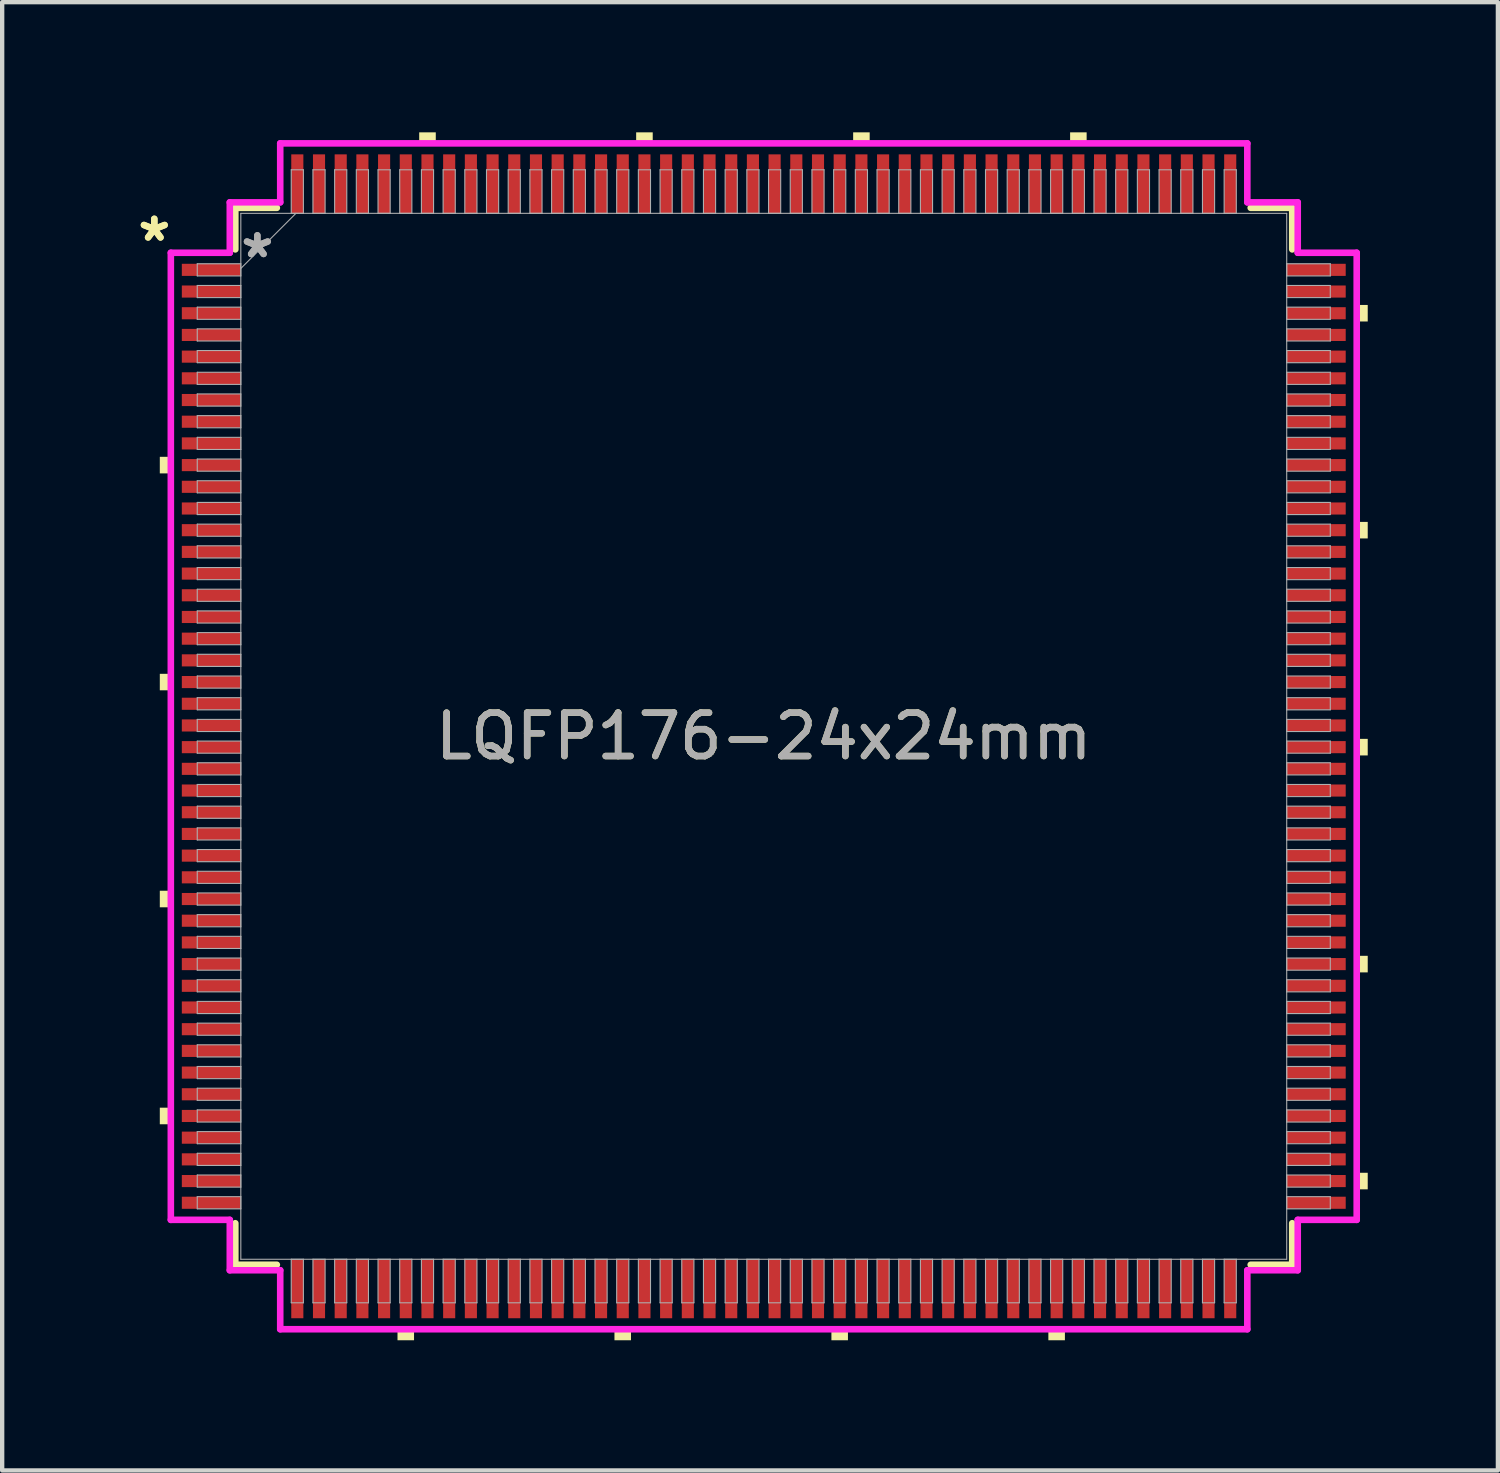
<source format=kicad_pcb>
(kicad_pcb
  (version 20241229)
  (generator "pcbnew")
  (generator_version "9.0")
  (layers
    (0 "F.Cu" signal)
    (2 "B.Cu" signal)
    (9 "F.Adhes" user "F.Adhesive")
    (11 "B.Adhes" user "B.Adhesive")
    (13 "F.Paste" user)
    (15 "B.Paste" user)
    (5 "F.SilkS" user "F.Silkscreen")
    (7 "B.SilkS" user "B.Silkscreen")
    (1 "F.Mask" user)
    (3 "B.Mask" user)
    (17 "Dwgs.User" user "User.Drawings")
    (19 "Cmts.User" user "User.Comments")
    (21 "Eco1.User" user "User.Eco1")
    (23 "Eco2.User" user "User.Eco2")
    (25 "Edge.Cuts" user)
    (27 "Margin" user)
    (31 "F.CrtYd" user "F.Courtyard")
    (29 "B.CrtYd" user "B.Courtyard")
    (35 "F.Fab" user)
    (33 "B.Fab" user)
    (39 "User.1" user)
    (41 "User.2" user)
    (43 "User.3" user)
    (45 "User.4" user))
  (footprint "LQFP176-24x24mm"
    (layer "F.Cu")
    (at 14.552 13.919)
    (property "Reference" "LQFP176-24x24mm" (at 0 0 0) (unlocked yes) (layer "F.SilkS") (effects (font (size 1 1) (thickness 0.15))))
    (attr smd)
    (fp_line (start -12.179 -12.179) (end -12.179 -11.222) (stroke (width 0.152) (type solid)) (layer "F.SilkS"))
    (fp_line (start -12.179 11.222) (end -12.179 12.179) (stroke (width 0.152) (type solid)) (layer "F.SilkS"))
    (fp_line (start -12.179 12.179) (end -11.222 12.179) (stroke (width 0.152) (type solid)) (layer "F.SilkS"))
    (fp_line (start -11.222 -12.179) (end -12.179 -12.179) (stroke (width 0.152) (type solid)) (layer "F.SilkS"))
    (fp_line (start 11.222 12.179) (end 12.179 12.179) (stroke (width 0.152) (type solid)) (layer "F.SilkS"))
    (fp_line (start 12.179 -12.179) (end 11.222 -12.179) (stroke (width 0.152) (type solid)) (layer "F.SilkS"))
    (fp_line (start 12.179 -11.222) (end 12.179 -12.179) (stroke (width 0.152) (type solid)) (layer "F.SilkS"))
    (fp_line (start 12.179 12.179) (end 12.179 11.222) (stroke (width 0.152) (type solid)) (layer "F.SilkS"))
    (fp_poly (pts (xy -13.919 -6.441) (xy -13.919 -6.059) (xy -13.665 -6.059) (xy -13.665 -6.441)) (stroke (width 0) (type solid)) (fill yes) (layer "F.SilkS"))
    (fp_poly (pts (xy -13.919 -1.44) (xy -13.919 -1.06) (xy -13.665 -1.06) (xy -13.665 -1.44)) (stroke (width 0) (type solid)) (fill yes) (layer "F.SilkS"))
    (fp_poly (pts (xy -13.919 3.559) (xy -13.919 3.941) (xy -13.665 3.941) (xy -13.665 3.559)) (stroke (width 0) (type solid)) (fill yes) (layer "F.SilkS"))
    (fp_poly (pts (xy -13.919 8.559) (xy -13.919 8.941) (xy -13.665 8.941) (xy -13.665 8.559)) (stroke (width 0) (type solid)) (fill yes) (layer "F.SilkS"))
    (fp_poly (pts (xy -8.441 13.665) (xy -8.441 13.919) (xy -8.06 13.919) (xy -8.06 13.665)) (stroke (width 0) (type solid)) (fill yes) (layer "F.SilkS"))
    (fp_poly (pts (xy -7.941 -13.665) (xy -7.941 -13.919) (xy -7.559 -13.919) (xy -7.559 -13.665)) (stroke (width 0) (type solid)) (fill yes) (layer "F.SilkS"))
    (fp_poly (pts (xy -3.441 13.665) (xy -3.441 13.919) (xy -3.06 13.919) (xy -3.06 13.665)) (stroke (width 0) (type solid)) (fill yes) (layer "F.SilkS"))
    (fp_poly (pts (xy -2.941 -13.665) (xy -2.941 -13.919) (xy -2.559 -13.919) (xy -2.559 -13.665)) (stroke (width 0) (type solid)) (fill yes) (layer "F.SilkS"))
    (fp_poly (pts (xy 1.559 13.665) (xy 1.559 13.919) (xy 1.94 13.919) (xy 1.94 13.665)) (stroke (width 0) (type solid)) (fill yes) (layer "F.SilkS"))
    (fp_poly (pts (xy 2.06 -13.665) (xy 2.06 -13.919) (xy 2.441 -13.919) (xy 2.441 -13.665)) (stroke (width 0) (type solid)) (fill yes) (layer "F.SilkS"))
    (fp_poly (pts (xy 6.559 13.665) (xy 6.559 13.919) (xy 6.94 13.919) (xy 6.94 13.665)) (stroke (width 0) (type solid)) (fill yes) (layer "F.SilkS"))
    (fp_poly (pts (xy 7.06 -13.665) (xy 7.06 -13.919) (xy 7.441 -13.919) (xy 7.441 -13.665)) (stroke (width 0) (type solid)) (fill yes) (layer "F.SilkS"))
    (fp_poly (pts (xy 13.919 -9.941) (xy 13.919 -9.56) (xy 13.665 -9.56) (xy 13.665 -9.941)) (stroke (width 0) (type solid)) (fill yes) (layer "F.SilkS"))
    (fp_poly (pts (xy 13.919 -4.941) (xy 13.919 -4.56) (xy 13.665 -4.56) (xy 13.665 -4.941)) (stroke (width 0) (type solid)) (fill yes) (layer "F.SilkS"))
    (fp_poly (pts (xy 13.919 0.059) (xy 13.919 0.441) (xy 13.665 0.441) (xy 13.665 0.059)) (stroke (width 0) (type solid)) (fill yes) (layer "F.SilkS"))
    (fp_poly (pts (xy 13.919 5.059) (xy 13.919 5.441) (xy 13.665 5.441) (xy 13.665 5.059)) (stroke (width 0) (type solid)) (fill yes) (layer "F.SilkS"))
    (fp_poly (pts (xy 13.919 10.059) (xy 13.919 10.441) (xy 13.665 10.441) (xy 13.665 10.059)) (stroke (width 0) (type solid)) (fill yes) (layer "F.SilkS"))
    (fp_line (start -13.665 -11.144) (end -12.306 -11.144) (stroke (width 0.152) (type solid)) (layer "F.CrtYd"))
    (fp_line (start -13.665 11.144) (end -13.665 -11.144) (stroke (width 0.152) (type solid)) (layer "F.CrtYd"))
    (fp_line (start -12.306 -12.306) (end -11.144 -12.306) (stroke (width 0.152) (type solid)) (layer "F.CrtYd"))
    (fp_line (start -12.306 -11.144) (end -12.306 -12.306) (stroke (width 0.152) (type solid)) (layer "F.CrtYd"))
    (fp_line (start -12.306 11.144) (end -13.665 11.144) (stroke (width 0.152) (type solid)) (layer "F.CrtYd"))
    (fp_line (start -12.306 12.306) (end -12.306 11.144) (stroke (width 0.152) (type solid)) (layer "F.CrtYd"))
    (fp_line (start -12.306 12.306) (end -11.144 12.306) (stroke (width 0.152) (type solid)) (layer "F.CrtYd"))
    (fp_line (start -11.144 -13.665) (end 11.144 -13.665) (stroke (width 0.152) (type solid)) (layer "F.CrtYd"))
    (fp_line (start -11.144 -12.306) (end -11.144 -13.665) (stroke (width 0.152) (type solid)) (layer "F.CrtYd"))
    (fp_line (start -11.144 12.306) (end -11.144 13.665) (stroke (width 0.152) (type solid)) (layer "F.CrtYd"))
    (fp_line (start -11.144 13.665) (end 11.144 13.665) (stroke (width 0.152) (type solid)) (layer "F.CrtYd"))
    (fp_line (start 11.144 -13.665) (end 11.144 -12.306) (stroke (width 0.152) (type solid)) (layer "F.CrtYd"))
    (fp_line (start 11.144 -12.306) (end 12.306 -12.306) (stroke (width 0.152) (type solid)) (layer "F.CrtYd"))
    (fp_line (start 11.144 12.306) (end 12.306 12.306) (stroke (width 0.152) (type solid)) (layer "F.CrtYd"))
    (fp_line (start 11.144 13.665) (end 11.144 12.306) (stroke (width 0.152) (type solid)) (layer "F.CrtYd"))
    (fp_line (start 12.306 -11.144) (end 12.306 -12.306) (stroke (width 0.152) (type solid)) (layer "F.CrtYd"))
    (fp_line (start 12.306 11.144) (end 13.665 11.144) (stroke (width 0.152) (type solid)) (layer "F.CrtYd"))
    (fp_line (start 12.306 12.306) (end 12.306 11.144) (stroke (width 0.152) (type solid)) (layer "F.CrtYd"))
    (fp_line (start 13.665 -11.144) (end 12.306 -11.144) (stroke (width 0.152) (type solid)) (layer "F.CrtYd"))
    (fp_line (start 13.665 11.144) (end 13.665 -11.144) (stroke (width 0.152) (type solid)) (layer "F.CrtYd"))
    (fp_line (start -13.056 -10.89) (end -13.056 -10.61) (stroke (width 0.025) (type solid)) (layer "F.Fab"))
    (fp_line (start -13.056 -10.61) (end -12.052 -10.61) (stroke (width 0.025) (type solid)) (layer "F.Fab"))
    (fp_line (start -13.056 -10.39) (end -13.056 -10.11) (stroke (width 0.025) (type solid)) (layer "F.Fab"))
    (fp_line (start -13.056 -10.11) (end -12.052 -10.11) (stroke (width 0.025) (type solid)) (layer "F.Fab"))
    (fp_line (start -13.056 -9.89) (end -13.056 -9.61) (stroke (width 0.025) (type solid)) (layer "F.Fab"))
    (fp_line (start -13.056 -9.61) (end -12.052 -9.61) (stroke (width 0.025) (type solid)) (layer "F.Fab"))
    (fp_line (start -13.056 -9.39) (end -13.056 -9.11) (stroke (width 0.025) (type solid)) (layer "F.Fab"))
    (fp_line (start -13.056 -9.11) (end -12.052 -9.11) (stroke (width 0.025) (type solid)) (layer "F.Fab"))
    (fp_line (start -13.056 -8.89) (end -13.056 -8.61) (stroke (width 0.025) (type solid)) (layer "F.Fab"))
    (fp_line (start -13.056 -8.61) (end -12.052 -8.61) (stroke (width 0.025) (type solid)) (layer "F.Fab"))
    (fp_line (start -13.056 -8.39) (end -13.056 -8.11) (stroke (width 0.025) (type solid)) (layer "F.Fab"))
    (fp_line (start -13.056 -8.11) (end -12.052 -8.11) (stroke (width 0.025) (type solid)) (layer "F.Fab"))
    (fp_line (start -13.056 -7.89) (end -13.056 -7.61) (stroke (width 0.025) (type solid)) (layer "F.Fab"))
    (fp_line (start -13.056 -7.61) (end -12.052 -7.61) (stroke (width 0.025) (type solid)) (layer "F.Fab"))
    (fp_line (start -13.056 -7.39) (end -13.056 -7.11) (stroke (width 0.025) (type solid)) (layer "F.Fab"))
    (fp_line (start -13.056 -7.11) (end -12.052 -7.11) (stroke (width 0.025) (type solid)) (layer "F.Fab"))
    (fp_line (start -13.056 -6.89) (end -13.056 -6.61) (stroke (width 0.025) (type solid)) (layer "F.Fab"))
    (fp_line (start -13.056 -6.61) (end -12.052 -6.61) (stroke (width 0.025) (type solid)) (layer "F.Fab"))
    (fp_line (start -13.056 -6.39) (end -13.056 -6.11) (stroke (width 0.025) (type solid)) (layer "F.Fab"))
    (fp_line (start -13.056 -6.11) (end -12.052 -6.11) (stroke (width 0.025) (type solid)) (layer "F.Fab"))
    (fp_line (start -13.056 -5.89) (end -13.056 -5.61) (stroke (width 0.025) (type solid)) (layer "F.Fab"))
    (fp_line (start -13.056 -5.61) (end -12.052 -5.61) (stroke (width 0.025) (type solid)) (layer "F.Fab"))
    (fp_line (start -13.056 -5.39) (end -13.056 -5.11) (stroke (width 0.025) (type solid)) (layer "F.Fab"))
    (fp_line (start -13.056 -5.11) (end -12.052 -5.11) (stroke (width 0.025) (type solid)) (layer "F.Fab"))
    (fp_line (start -13.056 -4.89) (end -13.056 -4.61) (stroke (width 0.025) (type solid)) (layer "F.Fab"))
    (fp_line (start -13.056 -4.61) (end -12.052 -4.61) (stroke (width 0.025) (type solid)) (layer "F.Fab"))
    (fp_line (start -13.056 -4.39) (end -13.056 -4.11) (stroke (width 0.025) (type solid)) (layer "F.Fab"))
    (fp_line (start -13.056 -4.11) (end -12.052 -4.11) (stroke (width 0.025) (type solid)) (layer "F.Fab"))
    (fp_line (start -13.056 -3.89) (end -13.056 -3.61) (stroke (width 0.025) (type solid)) (layer "F.Fab"))
    (fp_line (start -13.056 -3.61) (end -12.052 -3.61) (stroke (width 0.025) (type solid)) (layer "F.Fab"))
    (fp_line (start -13.056 -3.39) (end -13.056 -3.11) (stroke (width 0.025) (type solid)) (layer "F.Fab"))
    (fp_line (start -13.056 -3.11) (end -12.052 -3.11) (stroke (width 0.025) (type solid)) (layer "F.Fab"))
    (fp_line (start -13.056 -2.89) (end -13.056 -2.61) (stroke (width 0.025) (type solid)) (layer "F.Fab"))
    (fp_line (start -13.056 -2.61) (end -12.052 -2.61) (stroke (width 0.025) (type solid)) (layer "F.Fab"))
    (fp_line (start -13.056 -2.39) (end -13.056 -2.11) (stroke (width 0.025) (type solid)) (layer "F.Fab"))
    (fp_line (start -13.056 -2.11) (end -12.052 -2.11) (stroke (width 0.025) (type solid)) (layer "F.Fab"))
    (fp_line (start -13.056 -1.89) (end -13.056 -1.61) (stroke (width 0.025) (type solid)) (layer "F.Fab"))
    (fp_line (start -13.056 -1.61) (end -12.052 -1.61) (stroke (width 0.025) (type solid)) (layer "F.Fab"))
    (fp_line (start -13.056 -1.39) (end -13.056 -1.11) (stroke (width 0.025) (type solid)) (layer "F.Fab"))
    (fp_line (start -13.056 -1.11) (end -12.052 -1.11) (stroke (width 0.025) (type solid)) (layer "F.Fab"))
    (fp_line (start -13.056 -0.89) (end -13.056 -0.61) (stroke (width 0.025) (type solid)) (layer "F.Fab"))
    (fp_line (start -13.056 -0.61) (end -12.052 -0.61) (stroke (width 0.025) (type solid)) (layer "F.Fab"))
    (fp_line (start -13.056 -0.39) (end -13.056 -0.11) (stroke (width 0.025) (type solid)) (layer "F.Fab"))
    (fp_line (start -13.056 -0.11) (end -12.052 -0.11) (stroke (width 0.025) (type solid)) (layer "F.Fab"))
    (fp_line (start -13.056 0.11) (end -13.056 0.39) (stroke (width 0.025) (type solid)) (layer "F.Fab"))
    (fp_line (start -13.056 0.39) (end -12.052 0.39) (stroke (width 0.025) (type solid)) (layer "F.Fab"))
    (fp_line (start -13.056 0.61) (end -13.056 0.89) (stroke (width 0.025) (type solid)) (layer "F.Fab"))
    (fp_line (start -13.056 0.89) (end -12.052 0.89) (stroke (width 0.025) (type solid)) (layer "F.Fab"))
    (fp_line (start -13.056 1.11) (end -13.056 1.39) (stroke (width 0.025) (type solid)) (layer "F.Fab"))
    (fp_line (start -13.056 1.39) (end -12.052 1.39) (stroke (width 0.025) (type solid)) (layer "F.Fab"))
    (fp_line (start -13.056 1.61) (end -13.056 1.89) (stroke (width 0.025) (type solid)) (layer "F.Fab"))
    (fp_line (start -13.056 1.89) (end -12.052 1.89) (stroke (width 0.025) (type solid)) (layer "F.Fab"))
    (fp_line (start -13.056 2.11) (end -13.056 2.39) (stroke (width 0.025) (type solid)) (layer "F.Fab"))
    (fp_line (start -13.056 2.39) (end -12.052 2.39) (stroke (width 0.025) (type solid)) (layer "F.Fab"))
    (fp_line (start -13.056 2.61) (end -13.056 2.89) (stroke (width 0.025) (type solid)) (layer "F.Fab"))
    (fp_line (start -13.056 2.89) (end -12.052 2.89) (stroke (width 0.025) (type solid)) (layer "F.Fab"))
    (fp_line (start -13.056 3.11) (end -13.056 3.39) (stroke (width 0.025) (type solid)) (layer "F.Fab"))
    (fp_line (start -13.056 3.39) (end -12.052 3.39) (stroke (width 0.025) (type solid)) (layer "F.Fab"))
    (fp_line (start -13.056 3.61) (end -13.056 3.89) (stroke (width 0.025) (type solid)) (layer "F.Fab"))
    (fp_line (start -13.056 3.89) (end -12.052 3.89) (stroke (width 0.025) (type solid)) (layer "F.Fab"))
    (fp_line (start -13.056 4.11) (end -13.056 4.39) (stroke (width 0.025) (type solid)) (layer "F.Fab"))
    (fp_line (start -13.056 4.39) (end -12.052 4.39) (stroke (width 0.025) (type solid)) (layer "F.Fab"))
    (fp_line (start -13.056 4.61) (end -13.056 4.89) (stroke (width 0.025) (type solid)) (layer "F.Fab"))
    (fp_line (start -13.056 4.89) (end -12.052 4.89) (stroke (width 0.025) (type solid)) (layer "F.Fab"))
    (fp_line (start -13.056 5.11) (end -13.056 5.39) (stroke (width 0.025) (type solid)) (layer "F.Fab"))
    (fp_line (start -13.056 5.39) (end -12.052 5.39) (stroke (width 0.025) (type solid)) (layer "F.Fab"))
    (fp_line (start -13.056 5.61) (end -13.056 5.89) (stroke (width 0.025) (type solid)) (layer "F.Fab"))
    (fp_line (start -13.056 5.89) (end -12.052 5.89) (stroke (width 0.025) (type solid)) (layer "F.Fab"))
    (fp_line (start -13.056 6.11) (end -13.056 6.39) (stroke (width 0.025) (type solid)) (layer "F.Fab"))
    (fp_line (start -13.056 6.39) (end -12.052 6.39) (stroke (width 0.025) (type solid)) (layer "F.Fab"))
    (fp_line (start -13.056 6.61) (end -13.056 6.89) (stroke (width 0.025) (type solid)) (layer "F.Fab"))
    (fp_line (start -13.056 6.89) (end -12.052 6.89) (stroke (width 0.025) (type solid)) (layer "F.Fab"))
    (fp_line (start -13.056 7.11) (end -13.056 7.39) (stroke (width 0.025) (type solid)) (layer "F.Fab"))
    (fp_line (start -13.056 7.39) (end -12.052 7.39) (stroke (width 0.025) (type solid)) (layer "F.Fab"))
    (fp_line (start -13.056 7.61) (end -13.056 7.89) (stroke (width 0.025) (type solid)) (layer "F.Fab"))
    (fp_line (start -13.056 7.89) (end -12.052 7.89) (stroke (width 0.025) (type solid)) (layer "F.Fab"))
    (fp_line (start -13.056 8.11) (end -13.056 8.39) (stroke (width 0.025) (type solid)) (layer "F.Fab"))
    (fp_line (start -13.056 8.39) (end -12.052 8.39) (stroke (width 0.025) (type solid)) (layer "F.Fab"))
    (fp_line (start -13.056 8.61) (end -13.056 8.89) (stroke (width 0.025) (type solid)) (layer "F.Fab"))
    (fp_line (start -13.056 8.89) (end -12.052 8.89) (stroke (width 0.025) (type solid)) (layer "F.Fab"))
    (fp_line (start -13.056 9.11) (end -13.056 9.39) (stroke (width 0.025) (type solid)) (layer "F.Fab"))
    (fp_line (start -13.056 9.39) (end -12.052 9.39) (stroke (width 0.025) (type solid)) (layer "F.Fab"))
    (fp_line (start -13.056 9.61) (end -13.056 9.89) (stroke (width 0.025) (type solid)) (layer "F.Fab"))
    (fp_line (start -13.056 9.89) (end -12.052 9.89) (stroke (width 0.025) (type solid)) (layer "F.Fab"))
    (fp_line (start -13.056 10.11) (end -13.056 10.39) (stroke (width 0.025) (type solid)) (layer "F.Fab"))
    (fp_line (start -13.056 10.39) (end -12.052 10.39) (stroke (width 0.025) (type solid)) (layer "F.Fab"))
    (fp_line (start -13.056 10.61) (end -13.056 10.89) (stroke (width 0.025) (type solid)) (layer "F.Fab"))
    (fp_line (start -13.056 10.89) (end -12.052 10.89) (stroke (width 0.025) (type solid)) (layer "F.Fab"))
    (fp_line (start -12.052 -12.052) (end -12.052 12.052) (stroke (width 0.025) (type solid)) (layer "F.Fab"))
    (fp_line (start -12.052 -10.89) (end -13.056 -10.89) (stroke (width 0.025) (type solid)) (layer "F.Fab"))
    (fp_line (start -12.052 -10.782) (end -10.782 -12.052) (stroke (width 0.025) (type solid)) (layer "F.Fab"))
    (fp_line (start -12.052 -10.61) (end -12.052 -10.89) (stroke (width 0.025) (type solid)) (layer "F.Fab"))
    (fp_line (start -12.052 -10.39) (end -13.056 -10.39) (stroke (width 0.025) (type solid)) (layer "F.Fab"))
    (fp_line (start -12.052 -10.11) (end -12.052 -10.39) (stroke (width 0.025) (type solid)) (layer "F.Fab"))
    (fp_line (start -12.052 -9.89) (end -13.056 -9.89) (stroke (width 0.025) (type solid)) (layer "F.Fab"))
    (fp_line (start -12.052 -9.61) (end -12.052 -9.89) (stroke (width 0.025) (type solid)) (layer "F.Fab"))
    (fp_line (start -12.052 -9.39) (end -13.056 -9.39) (stroke (width 0.025) (type solid)) (layer "F.Fab"))
    (fp_line (start -12.052 -9.11) (end -12.052 -9.39) (stroke (width 0.025) (type solid)) (layer "F.Fab"))
    (fp_line (start -12.052 -8.89) (end -13.056 -8.89) (stroke (width 0.025) (type solid)) (layer "F.Fab"))
    (fp_line (start -12.052 -8.61) (end -12.052 -8.89) (stroke (width 0.025) (type solid)) (layer "F.Fab"))
    (fp_line (start -12.052 -8.39) (end -13.056 -8.39) (stroke (width 0.025) (type solid)) (layer "F.Fab"))
    (fp_line (start -12.052 -8.11) (end -12.052 -8.39) (stroke (width 0.025) (type solid)) (layer "F.Fab"))
    (fp_line (start -12.052 -7.89) (end -13.056 -7.89) (stroke (width 0.025) (type solid)) (layer "F.Fab"))
    (fp_line (start -12.052 -7.61) (end -12.052 -7.89) (stroke (width 0.025) (type solid)) (layer "F.Fab"))
    (fp_line (start -12.052 -7.39) (end -13.056 -7.39) (stroke (width 0.025) (type solid)) (layer "F.Fab"))
    (fp_line (start -12.052 -7.11) (end -12.052 -7.39) (stroke (width 0.025) (type solid)) (layer "F.Fab"))
    (fp_line (start -12.052 -6.89) (end -13.056 -6.89) (stroke (width 0.025) (type solid)) (layer "F.Fab"))
    (fp_line (start -12.052 -6.61) (end -12.052 -6.89) (stroke (width 0.025) (type solid)) (layer "F.Fab"))
    (fp_line (start -12.052 -6.39) (end -13.056 -6.39) (stroke (width 0.025) (type solid)) (layer "F.Fab"))
    (fp_line (start -12.052 -6.11) (end -12.052 -6.39) (stroke (width 0.025) (type solid)) (layer "F.Fab"))
    (fp_line (start -12.052 -5.89) (end -13.056 -5.89) (stroke (width 0.025) (type solid)) (layer "F.Fab"))
    (fp_line (start -12.052 -5.61) (end -12.052 -5.89) (stroke (width 0.025) (type solid)) (layer "F.Fab"))
    (fp_line (start -12.052 -5.39) (end -13.056 -5.39) (stroke (width 0.025) (type solid)) (layer "F.Fab"))
    (fp_line (start -12.052 -5.11) (end -12.052 -5.39) (stroke (width 0.025) (type solid)) (layer "F.Fab"))
    (fp_line (start -12.052 -4.89) (end -13.056 -4.89) (stroke (width 0.025) (type solid)) (layer "F.Fab"))
    (fp_line (start -12.052 -4.61) (end -12.052 -4.89) (stroke (width 0.025) (type solid)) (layer "F.Fab"))
    (fp_line (start -12.052 -4.39) (end -13.056 -4.39) (stroke (width 0.025) (type solid)) (layer "F.Fab"))
    (fp_line (start -12.052 -4.11) (end -12.052 -4.39) (stroke (width 0.025) (type solid)) (layer "F.Fab"))
    (fp_line (start -12.052 -3.89) (end -13.056 -3.89) (stroke (width 0.025) (type solid)) (layer "F.Fab"))
    (fp_line (start -12.052 -3.61) (end -12.052 -3.89) (stroke (width 0.025) (type solid)) (layer "F.Fab"))
    (fp_line (start -12.052 -3.39) (end -13.056 -3.39) (stroke (width 0.025) (type solid)) (layer "F.Fab"))
    (fp_line (start -12.052 -3.11) (end -12.052 -3.39) (stroke (width 0.025) (type solid)) (layer "F.Fab"))
    (fp_line (start -12.052 -2.89) (end -13.056 -2.89) (stroke (width 0.025) (type solid)) (layer "F.Fab"))
    (fp_line (start -12.052 -2.61) (end -12.052 -2.89) (stroke (width 0.025) (type solid)) (layer "F.Fab"))
    (fp_line (start -12.052 -2.39) (end -13.056 -2.39) (stroke (width 0.025) (type solid)) (layer "F.Fab"))
    (fp_line (start -12.052 -2.11) (end -12.052 -2.39) (stroke (width 0.025) (type solid)) (layer "F.Fab"))
    (fp_line (start -12.052 -1.89) (end -13.056 -1.89) (stroke (width 0.025) (type solid)) (layer "F.Fab"))
    (fp_line (start -12.052 -1.61) (end -12.052 -1.89) (stroke (width 0.025) (type solid)) (layer "F.Fab"))
    (fp_line (start -12.052 -1.39) (end -13.056 -1.39) (stroke (width 0.025) (type solid)) (layer "F.Fab"))
    (fp_line (start -12.052 -1.11) (end -12.052 -1.39) (stroke (width 0.025) (type solid)) (layer "F.Fab"))
    (fp_line (start -12.052 -0.89) (end -13.056 -0.89) (stroke (width 0.025) (type solid)) (layer "F.Fab"))
    (fp_line (start -12.052 -0.61) (end -12.052 -0.89) (stroke (width 0.025) (type solid)) (layer "F.Fab"))
    (fp_line (start -12.052 -0.39) (end -13.056 -0.39) (stroke (width 0.025) (type solid)) (layer "F.Fab"))
    (fp_line (start -12.052 -0.11) (end -12.052 -0.39) (stroke (width 0.025) (type solid)) (layer "F.Fab"))
    (fp_line (start -12.052 0.11) (end -13.056 0.11) (stroke (width 0.025) (type solid)) (layer "F.Fab"))
    (fp_line (start -12.052 0.39) (end -12.052 0.11) (stroke (width 0.025) (type solid)) (layer "F.Fab"))
    (fp_line (start -12.052 0.61) (end -13.056 0.61) (stroke (width 0.025) (type solid)) (layer "F.Fab"))
    (fp_line (start -12.052 0.89) (end -12.052 0.61) (stroke (width 0.025) (type solid)) (layer "F.Fab"))
    (fp_line (start -12.052 1.11) (end -13.056 1.11) (stroke (width 0.025) (type solid)) (layer "F.Fab"))
    (fp_line (start -12.052 1.39) (end -12.052 1.11) (stroke (width 0.025) (type solid)) (layer "F.Fab"))
    (fp_line (start -12.052 1.61) (end -13.056 1.61) (stroke (width 0.025) (type solid)) (layer "F.Fab"))
    (fp_line (start -12.052 1.89) (end -12.052 1.61) (stroke (width 0.025) (type solid)) (layer "F.Fab"))
    (fp_line (start -12.052 2.11) (end -13.056 2.11) (stroke (width 0.025) (type solid)) (layer "F.Fab"))
    (fp_line (start -12.052 2.39) (end -12.052 2.11) (stroke (width 0.025) (type solid)) (layer "F.Fab"))
    (fp_line (start -12.052 2.61) (end -13.056 2.61) (stroke (width 0.025) (type solid)) (layer "F.Fab"))
    (fp_line (start -12.052 2.89) (end -12.052 2.61) (stroke (width 0.025) (type solid)) (layer "F.Fab"))
    (fp_line (start -12.052 3.11) (end -13.056 3.11) (stroke (width 0.025) (type solid)) (layer "F.Fab"))
    (fp_line (start -12.052 3.39) (end -12.052 3.11) (stroke (width 0.025) (type solid)) (layer "F.Fab"))
    (fp_line (start -12.052 3.61) (end -13.056 3.61) (stroke (width 0.025) (type solid)) (layer "F.Fab"))
    (fp_line (start -12.052 3.89) (end -12.052 3.61) (stroke (width 0.025) (type solid)) (layer "F.Fab"))
    (fp_line (start -12.052 4.11) (end -13.056 4.11) (stroke (width 0.025) (type solid)) (layer "F.Fab"))
    (fp_line (start -12.052 4.39) (end -12.052 4.11) (stroke (width 0.025) (type solid)) (layer "F.Fab"))
    (fp_line (start -12.052 4.61) (end -13.056 4.61) (stroke (width 0.025) (type solid)) (layer "F.Fab"))
    (fp_line (start -12.052 4.89) (end -12.052 4.61) (stroke (width 0.025) (type solid)) (layer "F.Fab"))
    (fp_line (start -12.052 5.11) (end -13.056 5.11) (stroke (width 0.025) (type solid)) (layer "F.Fab"))
    (fp_line (start -12.052 5.39) (end -12.052 5.11) (stroke (width 0.025) (type solid)) (layer "F.Fab"))
    (fp_line (start -12.052 5.61) (end -13.056 5.61) (stroke (width 0.025) (type solid)) (layer "F.Fab"))
    (fp_line (start -12.052 5.89) (end -12.052 5.61) (stroke (width 0.025) (type solid)) (layer "F.Fab"))
    (fp_line (start -12.052 6.11) (end -13.056 6.11) (stroke (width 0.025) (type solid)) (layer "F.Fab"))
    (fp_line (start -12.052 6.39) (end -12.052 6.11) (stroke (width 0.025) (type solid)) (layer "F.Fab"))
    (fp_line (start -12.052 6.61) (end -13.056 6.61) (stroke (width 0.025) (type solid)) (layer "F.Fab"))
    (fp_line (start -12.052 6.89) (end -12.052 6.61) (stroke (width 0.025) (type solid)) (layer "F.Fab"))
    (fp_line (start -12.052 7.11) (end -13.056 7.11) (stroke (width 0.025) (type solid)) (layer "F.Fab"))
    (fp_line (start -12.052 7.39) (end -12.052 7.11) (stroke (width 0.025) (type solid)) (layer "F.Fab"))
    (fp_line (start -12.052 7.61) (end -13.056 7.61) (stroke (width 0.025) (type solid)) (layer "F.Fab"))
    (fp_line (start -12.052 7.89) (end -12.052 7.61) (stroke (width 0.025) (type solid)) (layer "F.Fab"))
    (fp_line (start -12.052 8.11) (end -13.056 8.11) (stroke (width 0.025) (type solid)) (layer "F.Fab"))
    (fp_line (start -12.052 8.39) (end -12.052 8.11) (stroke (width 0.025) (type solid)) (layer "F.Fab"))
    (fp_line (start -12.052 8.61) (end -13.056 8.61) (stroke (width 0.025) (type solid)) (layer "F.Fab"))
    (fp_line (start -12.052 8.89) (end -12.052 8.61) (stroke (width 0.025) (type solid)) (layer "F.Fab"))
    (fp_line (start -12.052 9.11) (end -13.056 9.11) (stroke (width 0.025) (type solid)) (layer "F.Fab"))
    (fp_line (start -12.052 9.39) (end -12.052 9.11) (stroke (width 0.025) (type solid)) (layer "F.Fab"))
    (fp_line (start -12.052 9.61) (end -13.056 9.61) (stroke (width 0.025) (type solid)) (layer "F.Fab"))
    (fp_line (start -12.052 9.89) (end -12.052 9.61) (stroke (width 0.025) (type solid)) (layer "F.Fab"))
    (fp_line (start -12.052 10.11) (end -13.056 10.11) (stroke (width 0.025) (type solid)) (layer "F.Fab"))
    (fp_line (start -12.052 10.39) (end -12.052 10.11) (stroke (width 0.025) (type solid)) (layer "F.Fab"))
    (fp_line (start -12.052 10.61) (end -13.056 10.61) (stroke (width 0.025) (type solid)) (layer "F.Fab"))
    (fp_line (start -12.052 10.89) (end -12.052 10.61) (stroke (width 0.025) (type solid)) (layer "F.Fab"))
    (fp_line (start -12.052 12.052) (end 12.052 12.052) (stroke (width 0.025) (type solid)) (layer "F.Fab"))
    (fp_line (start -10.89 -13.056) (end -10.89 -12.052) (stroke (width 0.025) (type solid)) (layer "F.Fab"))
    (fp_line (start -10.89 -12.052) (end -10.61 -12.052) (stroke (width 0.025) (type solid)) (layer "F.Fab"))
    (fp_line (start -10.89 12.052) (end -10.89 13.056) (stroke (width 0.025) (type solid)) (layer "F.Fab"))
    (fp_line (start -10.89 13.056) (end -10.61 13.056) (stroke (width 0.025) (type solid)) (layer "F.Fab"))
    (fp_line (start -10.61 -13.056) (end -10.89 -13.056) (stroke (width 0.025) (type solid)) (layer "F.Fab"))
    (fp_line (start -10.61 -12.052) (end -10.61 -13.056) (stroke (width 0.025) (type solid)) (layer "F.Fab"))
    (fp_line (start -10.61 12.052) (end -10.89 12.052) (stroke (width 0.025) (type solid)) (layer "F.Fab"))
    (fp_line (start -10.61 13.056) (end -10.61 12.052) (stroke (width 0.025) (type solid)) (layer "F.Fab"))
    (fp_line (start -10.39 -13.056) (end -10.39 -12.052) (stroke (width 0.025) (type solid)) (layer "F.Fab"))
    (fp_line (start -10.39 -12.052) (end -10.11 -12.052) (stroke (width 0.025) (type solid)) (layer "F.Fab"))
    (fp_line (start -10.39 12.052) (end -10.39 13.056) (stroke (width 0.025) (type solid)) (layer "F.Fab"))
    (fp_line (start -10.39 13.056) (end -10.11 13.056) (stroke (width 0.025) (type solid)) (layer "F.Fab"))
    (fp_line (start -10.11 -13.056) (end -10.39 -13.056) (stroke (width 0.025) (type solid)) (layer "F.Fab"))
    (fp_line (start -10.11 -12.052) (end -10.11 -13.056) (stroke (width 0.025) (type solid)) (layer "F.Fab"))
    (fp_line (start -10.11 12.052) (end -10.39 12.052) (stroke (width 0.025) (type solid)) (layer "F.Fab"))
    (fp_line (start -10.11 13.056) (end -10.11 12.052) (stroke (width 0.025) (type solid)) (layer "F.Fab"))
    (fp_line (start -9.89 -13.056) (end -9.89 -12.052) (stroke (width 0.025) (type solid)) (layer "F.Fab"))
    (fp_line (start -9.89 -12.052) (end -9.61 -12.052) (stroke (width 0.025) (type solid)) (layer "F.Fab"))
    (fp_line (start -9.89 12.052) (end -9.89 13.056) (stroke (width 0.025) (type solid)) (layer "F.Fab"))
    (fp_line (start -9.89 13.056) (end -9.61 13.056) (stroke (width 0.025) (type solid)) (layer "F.Fab"))
    (fp_line (start -9.61 -13.056) (end -9.89 -13.056) (stroke (width 0.025) (type solid)) (layer "F.Fab"))
    (fp_line (start -9.61 -12.052) (end -9.61 -13.056) (stroke (width 0.025) (type solid)) (layer "F.Fab"))
    (fp_line (start -9.61 12.052) (end -9.89 12.052) (stroke (width 0.025) (type solid)) (layer "F.Fab"))
    (fp_line (start -9.61 13.056) (end -9.61 12.052) (stroke (width 0.025) (type solid)) (layer "F.Fab"))
    (fp_line (start -9.39 -13.056) (end -9.39 -12.052) (stroke (width 0.025) (type solid)) (layer "F.Fab"))
    (fp_line (start -9.39 -12.052) (end -9.11 -12.052) (stroke (width 0.025) (type solid)) (layer "F.Fab"))
    (fp_line (start -9.39 12.052) (end -9.39 13.056) (stroke (width 0.025) (type solid)) (layer "F.Fab"))
    (fp_line (start -9.39 13.056) (end -9.11 13.056) (stroke (width 0.025) (type solid)) (layer "F.Fab"))
    (fp_line (start -9.11 -13.056) (end -9.39 -13.056) (stroke (width 0.025) (type solid)) (layer "F.Fab"))
    (fp_line (start -9.11 -12.052) (end -9.11 -13.056) (stroke (width 0.025) (type solid)) (layer "F.Fab"))
    (fp_line (start -9.11 12.052) (end -9.39 12.052) (stroke (width 0.025) (type solid)) (layer "F.Fab"))
    (fp_line (start -9.11 13.056) (end -9.11 12.052) (stroke (width 0.025) (type solid)) (layer "F.Fab"))
    (fp_line (start -8.89 -13.056) (end -8.89 -12.052) (stroke (width 0.025) (type solid)) (layer "F.Fab"))
    (fp_line (start -8.89 -12.052) (end -8.61 -12.052) (stroke (width 0.025) (type solid)) (layer "F.Fab"))
    (fp_line (start -8.89 12.052) (end -8.89 13.056) (stroke (width 0.025) (type solid)) (layer "F.Fab"))
    (fp_line (start -8.89 13.056) (end -8.61 13.056) (stroke (width 0.025) (type solid)) (layer "F.Fab"))
    (fp_line (start -8.61 -13.056) (end -8.89 -13.056) (stroke (width 0.025) (type solid)) (layer "F.Fab"))
    (fp_line (start -8.61 -12.052) (end -8.61 -13.056) (stroke (width 0.025) (type solid)) (layer "F.Fab"))
    (fp_line (start -8.61 12.052) (end -8.89 12.052) (stroke (width 0.025) (type solid)) (layer "F.Fab"))
    (fp_line (start -8.61 13.056) (end -8.61 12.052) (stroke (width 0.025) (type solid)) (layer "F.Fab"))
    (fp_line (start -8.39 -13.056) (end -8.39 -12.052) (stroke (width 0.025) (type solid)) (layer "F.Fab"))
    (fp_line (start -8.39 -12.052) (end -8.11 -12.052) (stroke (width 0.025) (type solid)) (layer "F.Fab"))
    (fp_line (start -8.39 12.052) (end -8.39 13.056) (stroke (width 0.025) (type solid)) (layer "F.Fab"))
    (fp_line (start -8.39 13.056) (end -8.11 13.056) (stroke (width 0.025) (type solid)) (layer "F.Fab"))
    (fp_line (start -8.11 -13.056) (end -8.39 -13.056) (stroke (width 0.025) (type solid)) (layer "F.Fab"))
    (fp_line (start -8.11 -12.052) (end -8.11 -13.056) (stroke (width 0.025) (type solid)) (layer "F.Fab"))
    (fp_line (start -8.11 12.052) (end -8.39 12.052) (stroke (width 0.025) (type solid)) (layer "F.Fab"))
    (fp_line (start -8.11 13.056) (end -8.11 12.052) (stroke (width 0.025) (type solid)) (layer "F.Fab"))
    (fp_line (start -7.89 -13.056) (end -7.89 -12.052) (stroke (width 0.025) (type solid)) (layer "F.Fab"))
    (fp_line (start -7.89 -12.052) (end -7.61 -12.052) (stroke (width 0.025) (type solid)) (layer "F.Fab"))
    (fp_line (start -7.89 12.052) (end -7.89 13.056) (stroke (width 0.025) (type solid)) (layer "F.Fab"))
    (fp_line (start -7.89 13.056) (end -7.61 13.056) (stroke (width 0.025) (type solid)) (layer "F.Fab"))
    (fp_line (start -7.61 -13.056) (end -7.89 -13.056) (stroke (width 0.025) (type solid)) (layer "F.Fab"))
    (fp_line (start -7.61 -12.052) (end -7.61 -13.056) (stroke (width 0.025) (type solid)) (layer "F.Fab"))
    (fp_line (start -7.61 12.052) (end -7.89 12.052) (stroke (width 0.025) (type solid)) (layer "F.Fab"))
    (fp_line (start -7.61 13.056) (end -7.61 12.052) (stroke (width 0.025) (type solid)) (layer "F.Fab"))
    (fp_line (start -7.39 -13.056) (end -7.39 -12.052) (stroke (width 0.025) (type solid)) (layer "F.Fab"))
    (fp_line (start -7.39 -12.052) (end -7.11 -12.052) (stroke (width 0.025) (type solid)) (layer "F.Fab"))
    (fp_line (start -7.39 12.052) (end -7.39 13.056) (stroke (width 0.025) (type solid)) (layer "F.Fab"))
    (fp_line (start -7.39 13.056) (end -7.11 13.056) (stroke (width 0.025) (type solid)) (layer "F.Fab"))
    (fp_line (start -7.11 -13.056) (end -7.39 -13.056) (stroke (width 0.025) (type solid)) (layer "F.Fab"))
    (fp_line (start -7.11 -12.052) (end -7.11 -13.056) (stroke (width 0.025) (type solid)) (layer "F.Fab"))
    (fp_line (start -7.11 12.052) (end -7.39 12.052) (stroke (width 0.025) (type solid)) (layer "F.Fab"))
    (fp_line (start -7.11 13.056) (end -7.11 12.052) (stroke (width 0.025) (type solid)) (layer "F.Fab"))
    (fp_line (start -6.89 -13.056) (end -6.89 -12.052) (stroke (width 0.025) (type solid)) (layer "F.Fab"))
    (fp_line (start -6.89 -12.052) (end -6.61 -12.052) (stroke (width 0.025) (type solid)) (layer "F.Fab"))
    (fp_line (start -6.89 12.052) (end -6.89 13.056) (stroke (width 0.025) (type solid)) (layer "F.Fab"))
    (fp_line (start -6.89 13.056) (end -6.61 13.056) (stroke (width 0.025) (type solid)) (layer "F.Fab"))
    (fp_line (start -6.61 -13.056) (end -6.89 -13.056) (stroke (width 0.025) (type solid)) (layer "F.Fab"))
    (fp_line (start -6.61 -12.052) (end -6.61 -13.056) (stroke (width 0.025) (type solid)) (layer "F.Fab"))
    (fp_line (start -6.61 12.052) (end -6.89 12.052) (stroke (width 0.025) (type solid)) (layer "F.Fab"))
    (fp_line (start -6.61 13.056) (end -6.61 12.052) (stroke (width 0.025) (type solid)) (layer "F.Fab"))
    (fp_line (start -6.39 -13.056) (end -6.39 -12.052) (stroke (width 0.025) (type solid)) (layer "F.Fab"))
    (fp_line (start -6.39 -12.052) (end -6.11 -12.052) (stroke (width 0.025) (type solid)) (layer "F.Fab"))
    (fp_line (start -6.39 12.052) (end -6.39 13.056) (stroke (width 0.025) (type solid)) (layer "F.Fab"))
    (fp_line (start -6.39 13.056) (end -6.11 13.056) (stroke (width 0.025) (type solid)) (layer "F.Fab"))
    (fp_line (start -6.11 -13.056) (end -6.39 -13.056) (stroke (width 0.025) (type solid)) (layer "F.Fab"))
    (fp_line (start -6.11 -12.052) (end -6.11 -13.056) (stroke (width 0.025) (type solid)) (layer "F.Fab"))
    (fp_line (start -6.11 12.052) (end -6.39 12.052) (stroke (width 0.025) (type solid)) (layer "F.Fab"))
    (fp_line (start -6.11 13.056) (end -6.11 12.052) (stroke (width 0.025) (type solid)) (layer "F.Fab"))
    (fp_line (start -5.89 -13.056) (end -5.89 -12.052) (stroke (width 0.025) (type solid)) (layer "F.Fab"))
    (fp_line (start -5.89 -12.052) (end -5.61 -12.052) (stroke (width 0.025) (type solid)) (layer "F.Fab"))
    (fp_line (start -5.89 12.052) (end -5.89 13.056) (stroke (width 0.025) (type solid)) (layer "F.Fab"))
    (fp_line (start -5.89 13.056) (end -5.61 13.056) (stroke (width 0.025) (type solid)) (layer "F.Fab"))
    (fp_line (start -5.61 -13.056) (end -5.89 -13.056) (stroke (width 0.025) (type solid)) (layer "F.Fab"))
    (fp_line (start -5.61 -12.052) (end -5.61 -13.056) (stroke (width 0.025) (type solid)) (layer "F.Fab"))
    (fp_line (start -5.61 12.052) (end -5.89 12.052) (stroke (width 0.025) (type solid)) (layer "F.Fab"))
    (fp_line (start -5.61 13.056) (end -5.61 12.052) (stroke (width 0.025) (type solid)) (layer "F.Fab"))
    (fp_line (start -5.39 -13.056) (end -5.39 -12.052) (stroke (width 0.025) (type solid)) (layer "F.Fab"))
    (fp_line (start -5.39 -12.052) (end -5.11 -12.052) (stroke (width 0.025) (type solid)) (layer "F.Fab"))
    (fp_line (start -5.39 12.052) (end -5.39 13.056) (stroke (width 0.025) (type solid)) (layer "F.Fab"))
    (fp_line (start -5.39 13.056) (end -5.11 13.056) (stroke (width 0.025) (type solid)) (layer "F.Fab"))
    (fp_line (start -5.11 -13.056) (end -5.39 -13.056) (stroke (width 0.025) (type solid)) (layer "F.Fab"))
    (fp_line (start -5.11 -12.052) (end -5.11 -13.056) (stroke (width 0.025) (type solid)) (layer "F.Fab"))
    (fp_line (start -5.11 12.052) (end -5.39 12.052) (stroke (width 0.025) (type solid)) (layer "F.Fab"))
    (fp_line (start -5.11 13.056) (end -5.11 12.052) (stroke (width 0.025) (type solid)) (layer "F.Fab"))
    (fp_line (start -4.89 -13.056) (end -4.89 -12.052) (stroke (width 0.025) (type solid)) (layer "F.Fab"))
    (fp_line (start -4.89 -12.052) (end -4.61 -12.052) (stroke (width 0.025) (type solid)) (layer "F.Fab"))
    (fp_line (start -4.89 12.052) (end -4.89 13.056) (stroke (width 0.025) (type solid)) (layer "F.Fab"))
    (fp_line (start -4.89 13.056) (end -4.61 13.056) (stroke (width 0.025) (type solid)) (layer "F.Fab"))
    (fp_line (start -4.61 -13.056) (end -4.89 -13.056) (stroke (width 0.025) (type solid)) (layer "F.Fab"))
    (fp_line (start -4.61 -12.052) (end -4.61 -13.056) (stroke (width 0.025) (type solid)) (layer "F.Fab"))
    (fp_line (start -4.61 12.052) (end -4.89 12.052) (stroke (width 0.025) (type solid)) (layer "F.Fab"))
    (fp_line (start -4.61 13.056) (end -4.61 12.052) (stroke (width 0.025) (type solid)) (layer "F.Fab"))
    (fp_line (start -4.39 -13.056) (end -4.39 -12.052) (stroke (width 0.025) (type solid)) (layer "F.Fab"))
    (fp_line (start -4.39 -12.052) (end -4.11 -12.052) (stroke (width 0.025) (type solid)) (layer "F.Fab"))
    (fp_line (start -4.39 12.052) (end -4.39 13.056) (stroke (width 0.025) (type solid)) (layer "F.Fab"))
    (fp_line (start -4.39 13.056) (end -4.11 13.056) (stroke (width 0.025) (type solid)) (layer "F.Fab"))
    (fp_line (start -4.11 -13.056) (end -4.39 -13.056) (stroke (width 0.025) (type solid)) (layer "F.Fab"))
    (fp_line (start -4.11 -12.052) (end -4.11 -13.056) (stroke (width 0.025) (type solid)) (layer "F.Fab"))
    (fp_line (start -4.11 12.052) (end -4.39 12.052) (stroke (width 0.025) (type solid)) (layer "F.Fab"))
    (fp_line (start -4.11 13.056) (end -4.11 12.052) (stroke (width 0.025) (type solid)) (layer "F.Fab"))
    (fp_line (start -3.89 -13.056) (end -3.89 -12.052) (stroke (width 0.025) (type solid)) (layer "F.Fab"))
    (fp_line (start -3.89 -12.052) (end -3.61 -12.052) (stroke (width 0.025) (type solid)) (layer "F.Fab"))
    (fp_line (start -3.89 12.052) (end -3.89 13.056) (stroke (width 0.025) (type solid)) (layer "F.Fab"))
    (fp_line (start -3.89 13.056) (end -3.61 13.056) (stroke (width 0.025) (type solid)) (layer "F.Fab"))
    (fp_line (start -3.61 -13.056) (end -3.89 -13.056) (stroke (width 0.025) (type solid)) (layer "F.Fab"))
    (fp_line (start -3.61 -12.052) (end -3.61 -13.056) (stroke (width 0.025) (type solid)) (layer "F.Fab"))
    (fp_line (start -3.61 12.052) (end -3.89 12.052) (stroke (width 0.025) (type solid)) (layer "F.Fab"))
    (fp_line (start -3.61 13.056) (end -3.61 12.052) (stroke (width 0.025) (type solid)) (layer "F.Fab"))
    (fp_line (start -3.39 -13.056) (end -3.39 -12.052) (stroke (width 0.025) (type solid)) (layer "F.Fab"))
    (fp_line (start -3.39 -12.052) (end -3.11 -12.052) (stroke (width 0.025) (type solid)) (layer "F.Fab"))
    (fp_line (start -3.39 12.052) (end -3.39 13.056) (stroke (width 0.025) (type solid)) (layer "F.Fab"))
    (fp_line (start -3.39 13.056) (end -3.11 13.056) (stroke (width 0.025) (type solid)) (layer "F.Fab"))
    (fp_line (start -3.11 -13.056) (end -3.39 -13.056) (stroke (width 0.025) (type solid)) (layer "F.Fab"))
    (fp_line (start -3.11 -12.052) (end -3.11 -13.056) (stroke (width 0.025) (type solid)) (layer "F.Fab"))
    (fp_line (start -3.11 12.052) (end -3.39 12.052) (stroke (width 0.025) (type solid)) (layer "F.Fab"))
    (fp_line (start -3.11 13.056) (end -3.11 12.052) (stroke (width 0.025) (type solid)) (layer "F.Fab"))
    (fp_line (start -2.89 -13.056) (end -2.89 -12.052) (stroke (width 0.025) (type solid)) (layer "F.Fab"))
    (fp_line (start -2.89 -12.052) (end -2.61 -12.052) (stroke (width 0.025) (type solid)) (layer "F.Fab"))
    (fp_line (start -2.89 12.052) (end -2.89 13.056) (stroke (width 0.025) (type solid)) (layer "F.Fab"))
    (fp_line (start -2.89 13.056) (end -2.61 13.056) (stroke (width 0.025) (type solid)) (layer "F.Fab"))
    (fp_line (start -2.61 -13.056) (end -2.89 -13.056) (stroke (width 0.025) (type solid)) (layer "F.Fab"))
    (fp_line (start -2.61 -12.052) (end -2.61 -13.056) (stroke (width 0.025) (type solid)) (layer "F.Fab"))
    (fp_line (start -2.61 12.052) (end -2.89 12.052) (stroke (width 0.025) (type solid)) (layer "F.Fab"))
    (fp_line (start -2.61 13.056) (end -2.61 12.052) (stroke (width 0.025) (type solid)) (layer "F.Fab"))
    (fp_line (start -2.39 -13.056) (end -2.39 -12.052) (stroke (width 0.025) (type solid)) (layer "F.Fab"))
    (fp_line (start -2.39 -12.052) (end -2.11 -12.052) (stroke (width 0.025) (type solid)) (layer "F.Fab"))
    (fp_line (start -2.39 12.052) (end -2.39 13.056) (stroke (width 0.025) (type solid)) (layer "F.Fab"))
    (fp_line (start -2.39 13.056) (end -2.11 13.056) (stroke (width 0.025) (type solid)) (layer "F.Fab"))
    (fp_line (start -2.11 -13.056) (end -2.39 -13.056) (stroke (width 0.025) (type solid)) (layer "F.Fab"))
    (fp_line (start -2.11 -12.052) (end -2.11 -13.056) (stroke (width 0.025) (type solid)) (layer "F.Fab"))
    (fp_line (start -2.11 12.052) (end -2.39 12.052) (stroke (width 0.025) (type solid)) (layer "F.Fab"))
    (fp_line (start -2.11 13.056) (end -2.11 12.052) (stroke (width 0.025) (type solid)) (layer "F.Fab"))
    (fp_line (start -1.89 -13.056) (end -1.89 -12.052) (stroke (width 0.025) (type solid)) (layer "F.Fab"))
    (fp_line (start -1.89 -12.052) (end -1.61 -12.052) (stroke (width 0.025) (type solid)) (layer "F.Fab"))
    (fp_line (start -1.89 12.052) (end -1.89 13.056) (stroke (width 0.025) (type solid)) (layer "F.Fab"))
    (fp_line (start -1.89 13.056) (end -1.61 13.056) (stroke (width 0.025) (type solid)) (layer "F.Fab"))
    (fp_line (start -1.61 -13.056) (end -1.89 -13.056) (stroke (width 0.025) (type solid)) (layer "F.Fab"))
    (fp_line (start -1.61 -12.052) (end -1.61 -13.056) (stroke (width 0.025) (type solid)) (layer "F.Fab"))
    (fp_line (start -1.61 12.052) (end -1.89 12.052) (stroke (width 0.025) (type solid)) (layer "F.Fab"))
    (fp_line (start -1.61 13.056) (end -1.61 12.052) (stroke (width 0.025) (type solid)) (layer "F.Fab"))
    (fp_line (start -1.39 -13.056) (end -1.39 -12.052) (stroke (width 0.025) (type solid)) (layer "F.Fab"))
    (fp_line (start -1.39 -12.052) (end -1.11 -12.052) (stroke (width 0.025) (type solid)) (layer "F.Fab"))
    (fp_line (start -1.39 12.052) (end -1.39 13.056) (stroke (width 0.025) (type solid)) (layer "F.Fab"))
    (fp_line (start -1.39 13.056) (end -1.11 13.056) (stroke (width 0.025) (type solid)) (layer "F.Fab"))
    (fp_line (start -1.11 -13.056) (end -1.39 -13.056) (stroke (width 0.025) (type solid)) (layer "F.Fab"))
    (fp_line (start -1.11 -12.052) (end -1.11 -13.056) (stroke (width 0.025) (type solid)) (layer "F.Fab"))
    (fp_line (start -1.11 12.052) (end -1.39 12.052) (stroke (width 0.025) (type solid)) (layer "F.Fab"))
    (fp_line (start -1.11 13.056) (end -1.11 12.052) (stroke (width 0.025) (type solid)) (layer "F.Fab"))
    (fp_line (start -0.89 -13.056) (end -0.89 -12.052) (stroke (width 0.025) (type solid)) (layer "F.Fab"))
    (fp_line (start -0.89 -12.052) (end -0.61 -12.052) (stroke (width 0.025) (type solid)) (layer "F.Fab"))
    (fp_line (start -0.89 12.052) (end -0.89 13.056) (stroke (width 0.025) (type solid)) (layer "F.Fab"))
    (fp_line (start -0.89 13.056) (end -0.61 13.056) (stroke (width 0.025) (type solid)) (layer "F.Fab"))
    (fp_line (start -0.61 -13.056) (end -0.89 -13.056) (stroke (width 0.025) (type solid)) (layer "F.Fab"))
    (fp_line (start -0.61 -12.052) (end -0.61 -13.056) (stroke (width 0.025) (type solid)) (layer "F.Fab"))
    (fp_line (start -0.61 12.052) (end -0.89 12.052) (stroke (width 0.025) (type solid)) (layer "F.Fab"))
    (fp_line (start -0.61 13.056) (end -0.61 12.052) (stroke (width 0.025) (type solid)) (layer "F.Fab"))
    (fp_line (start -0.39 -13.056) (end -0.39 -12.052) (stroke (width 0.025) (type solid)) (layer "F.Fab"))
    (fp_line (start -0.39 -12.052) (end -0.11 -12.052) (stroke (width 0.025) (type solid)) (layer "F.Fab"))
    (fp_line (start -0.39 12.052) (end -0.39 13.056) (stroke (width 0.025) (type solid)) (layer "F.Fab"))
    (fp_line (start -0.39 13.056) (end -0.11 13.056) (stroke (width 0.025) (type solid)) (layer "F.Fab"))
    (fp_line (start -0.11 -13.056) (end -0.39 -13.056) (stroke (width 0.025) (type solid)) (layer "F.Fab"))
    (fp_line (start -0.11 -12.052) (end -0.11 -13.056) (stroke (width 0.025) (type solid)) (layer "F.Fab"))
    (fp_line (start -0.11 12.052) (end -0.39 12.052) (stroke (width 0.025) (type solid)) (layer "F.Fab"))
    (fp_line (start -0.11 13.056) (end -0.11 12.052) (stroke (width 0.025) (type solid)) (layer "F.Fab"))
    (fp_line (start 0.11 -13.056) (end 0.11 -12.052) (stroke (width 0.025) (type solid)) (layer "F.Fab"))
    (fp_line (start 0.11 -12.052) (end 0.39 -12.052) (stroke (width 0.025) (type solid)) (layer "F.Fab"))
    (fp_line (start 0.11 12.052) (end 0.11 13.056) (stroke (width 0.025) (type solid)) (layer "F.Fab"))
    (fp_line (start 0.11 13.056) (end 0.39 13.056) (stroke (width 0.025) (type solid)) (layer "F.Fab"))
    (fp_line (start 0.39 -13.056) (end 0.11 -13.056) (stroke (width 0.025) (type solid)) (layer "F.Fab"))
    (fp_line (start 0.39 -12.052) (end 0.39 -13.056) (stroke (width 0.025) (type solid)) (layer "F.Fab"))
    (fp_line (start 0.39 12.052) (end 0.11 12.052) (stroke (width 0.025) (type solid)) (layer "F.Fab"))
    (fp_line (start 0.39 13.056) (end 0.39 12.052) (stroke (width 0.025) (type solid)) (layer "F.Fab"))
    (fp_line (start 0.61 -13.056) (end 0.61 -12.052) (stroke (width 0.025) (type solid)) (layer "F.Fab"))
    (fp_line (start 0.61 -12.052) (end 0.89 -12.052) (stroke (width 0.025) (type solid)) (layer "F.Fab"))
    (fp_line (start 0.61 12.052) (end 0.61 13.056) (stroke (width 0.025) (type solid)) (layer "F.Fab"))
    (fp_line (start 0.61 13.056) (end 0.89 13.056) (stroke (width 0.025) (type solid)) (layer "F.Fab"))
    (fp_line (start 0.89 -13.056) (end 0.61 -13.056) (stroke (width 0.025) (type solid)) (layer "F.Fab"))
    (fp_line (start 0.89 -12.052) (end 0.89 -13.056) (stroke (width 0.025) (type solid)) (layer "F.Fab"))
    (fp_line (start 0.89 12.052) (end 0.61 12.052) (stroke (width 0.025) (type solid)) (layer "F.Fab"))
    (fp_line (start 0.89 13.056) (end 0.89 12.052) (stroke (width 0.025) (type solid)) (layer "F.Fab"))
    (fp_line (start 1.11 -13.056) (end 1.11 -12.052) (stroke (width 0.025) (type solid)) (layer "F.Fab"))
    (fp_line (start 1.11 -12.052) (end 1.39 -12.052) (stroke (width 0.025) (type solid)) (layer "F.Fab"))
    (fp_line (start 1.11 12.052) (end 1.11 13.056) (stroke (width 0.025) (type solid)) (layer "F.Fab"))
    (fp_line (start 1.11 13.056) (end 1.39 13.056) (stroke (width 0.025) (type solid)) (layer "F.Fab"))
    (fp_line (start 1.39 -13.056) (end 1.11 -13.056) (stroke (width 0.025) (type solid)) (layer "F.Fab"))
    (fp_line (start 1.39 -12.052) (end 1.39 -13.056) (stroke (width 0.025) (type solid)) (layer "F.Fab"))
    (fp_line (start 1.39 12.052) (end 1.11 12.052) (stroke (width 0.025) (type solid)) (layer "F.Fab"))
    (fp_line (start 1.39 13.056) (end 1.39 12.052) (stroke (width 0.025) (type solid)) (layer "F.Fab"))
    (fp_line (start 1.61 -13.056) (end 1.61 -12.052) (stroke (width 0.025) (type solid)) (layer "F.Fab"))
    (fp_line (start 1.61 -12.052) (end 1.89 -12.052) (stroke (width 0.025) (type solid)) (layer "F.Fab"))
    (fp_line (start 1.61 12.052) (end 1.61 13.056) (stroke (width 0.025) (type solid)) (layer "F.Fab"))
    (fp_line (start 1.61 13.056) (end 1.89 13.056) (stroke (width 0.025) (type solid)) (layer "F.Fab"))
    (fp_line (start 1.89 -13.056) (end 1.61 -13.056) (stroke (width 0.025) (type solid)) (layer "F.Fab"))
    (fp_line (start 1.89 -12.052) (end 1.89 -13.056) (stroke (width 0.025) (type solid)) (layer "F.Fab"))
    (fp_line (start 1.89 12.052) (end 1.61 12.052) (stroke (width 0.025) (type solid)) (layer "F.Fab"))
    (fp_line (start 1.89 13.056) (end 1.89 12.052) (stroke (width 0.025) (type solid)) (layer "F.Fab"))
    (fp_line (start 2.11 -13.056) (end 2.11 -12.052) (stroke (width 0.025) (type solid)) (layer "F.Fab"))
    (fp_line (start 2.11 -12.052) (end 2.39 -12.052) (stroke (width 0.025) (type solid)) (layer "F.Fab"))
    (fp_line (start 2.11 12.052) (end 2.11 13.056) (stroke (width 0.025) (type solid)) (layer "F.Fab"))
    (fp_line (start 2.11 13.056) (end 2.39 13.056) (stroke (width 0.025) (type solid)) (layer "F.Fab"))
    (fp_line (start 2.39 -13.056) (end 2.11 -13.056) (stroke (width 0.025) (type solid)) (layer "F.Fab"))
    (fp_line (start 2.39 -12.052) (end 2.39 -13.056) (stroke (width 0.025) (type solid)) (layer "F.Fab"))
    (fp_line (start 2.39 12.052) (end 2.11 12.052) (stroke (width 0.025) (type solid)) (layer "F.Fab"))
    (fp_line (start 2.39 13.056) (end 2.39 12.052) (stroke (width 0.025) (type solid)) (layer "F.Fab"))
    (fp_line (start 2.61 -13.056) (end 2.61 -12.052) (stroke (width 0.025) (type solid)) (layer "F.Fab"))
    (fp_line (start 2.61 -12.052) (end 2.89 -12.052) (stroke (width 0.025) (type solid)) (layer "F.Fab"))
    (fp_line (start 2.61 12.052) (end 2.61 13.056) (stroke (width 0.025) (type solid)) (layer "F.Fab"))
    (fp_line (start 2.61 13.056) (end 2.89 13.056) (stroke (width 0.025) (type solid)) (layer "F.Fab"))
    (fp_line (start 2.89 -13.056) (end 2.61 -13.056) (stroke (width 0.025) (type solid)) (layer "F.Fab"))
    (fp_line (start 2.89 -12.052) (end 2.89 -13.056) (stroke (width 0.025) (type solid)) (layer "F.Fab"))
    (fp_line (start 2.89 12.052) (end 2.61 12.052) (stroke (width 0.025) (type solid)) (layer "F.Fab"))
    (fp_line (start 2.89 13.056) (end 2.89 12.052) (stroke (width 0.025) (type solid)) (layer "F.Fab"))
    (fp_line (start 3.11 -13.056) (end 3.11 -12.052) (stroke (width 0.025) (type solid)) (layer "F.Fab"))
    (fp_line (start 3.11 -12.052) (end 3.39 -12.052) (stroke (width 0.025) (type solid)) (layer "F.Fab"))
    (fp_line (start 3.11 12.052) (end 3.11 13.056) (stroke (width 0.025) (type solid)) (layer "F.Fab"))
    (fp_line (start 3.11 13.056) (end 3.39 13.056) (stroke (width 0.025) (type solid)) (layer "F.Fab"))
    (fp_line (start 3.39 -13.056) (end 3.11 -13.056) (stroke (width 0.025) (type solid)) (layer "F.Fab"))
    (fp_line (start 3.39 -12.052) (end 3.39 -13.056) (stroke (width 0.025) (type solid)) (layer "F.Fab"))
    (fp_line (start 3.39 12.052) (end 3.11 12.052) (stroke (width 0.025) (type solid)) (layer "F.Fab"))
    (fp_line (start 3.39 13.056) (end 3.39 12.052) (stroke (width 0.025) (type solid)) (layer "F.Fab"))
    (fp_line (start 3.61 -13.056) (end 3.61 -12.052) (stroke (width 0.025) (type solid)) (layer "F.Fab"))
    (fp_line (start 3.61 -12.052) (end 3.89 -12.052) (stroke (width 0.025) (type solid)) (layer "F.Fab"))
    (fp_line (start 3.61 12.052) (end 3.61 13.056) (stroke (width 0.025) (type solid)) (layer "F.Fab"))
    (fp_line (start 3.61 13.056) (end 3.89 13.056) (stroke (width 0.025) (type solid)) (layer "F.Fab"))
    (fp_line (start 3.89 -13.056) (end 3.61 -13.056) (stroke (width 0.025) (type solid)) (layer "F.Fab"))
    (fp_line (start 3.89 -12.052) (end 3.89 -13.056) (stroke (width 0.025) (type solid)) (layer "F.Fab"))
    (fp_line (start 3.89 12.052) (end 3.61 12.052) (stroke (width 0.025) (type solid)) (layer "F.Fab"))
    (fp_line (start 3.89 13.056) (end 3.89 12.052) (stroke (width 0.025) (type solid)) (layer "F.Fab"))
    (fp_line (start 4.11 -13.056) (end 4.11 -12.052) (stroke (width 0.025) (type solid)) (layer "F.Fab"))
    (fp_line (start 4.11 -12.052) (end 4.39 -12.052) (stroke (width 0.025) (type solid)) (layer "F.Fab"))
    (fp_line (start 4.11 12.052) (end 4.11 13.056) (stroke (width 0.025) (type solid)) (layer "F.Fab"))
    (fp_line (start 4.11 13.056) (end 4.39 13.056) (stroke (width 0.025) (type solid)) (layer "F.Fab"))
    (fp_line (start 4.39 -13.056) (end 4.11 -13.056) (stroke (width 0.025) (type solid)) (layer "F.Fab"))
    (fp_line (start 4.39 -12.052) (end 4.39 -13.056) (stroke (width 0.025) (type solid)) (layer "F.Fab"))
    (fp_line (start 4.39 12.052) (end 4.11 12.052) (stroke (width 0.025) (type solid)) (layer "F.Fab"))
    (fp_line (start 4.39 13.056) (end 4.39 12.052) (stroke (width 0.025) (type solid)) (layer "F.Fab"))
    (fp_line (start 4.61 -13.056) (end 4.61 -12.052) (stroke (width 0.025) (type solid)) (layer "F.Fab"))
    (fp_line (start 4.61 -12.052) (end 4.89 -12.052) (stroke (width 0.025) (type solid)) (layer "F.Fab"))
    (fp_line (start 4.61 12.052) (end 4.61 13.056) (stroke (width 0.025) (type solid)) (layer "F.Fab"))
    (fp_line (start 4.61 13.056) (end 4.89 13.056) (stroke (width 0.025) (type solid)) (layer "F.Fab"))
    (fp_line (start 4.89 -13.056) (end 4.61 -13.056) (stroke (width 0.025) (type solid)) (layer "F.Fab"))
    (fp_line (start 4.89 -12.052) (end 4.89 -13.056) (stroke (width 0.025) (type solid)) (layer "F.Fab"))
    (fp_line (start 4.89 12.052) (end 4.61 12.052) (stroke (width 0.025) (type solid)) (layer "F.Fab"))
    (fp_line (start 4.89 13.056) (end 4.89 12.052) (stroke (width 0.025) (type solid)) (layer "F.Fab"))
    (fp_line (start 5.11 -13.056) (end 5.11 -12.052) (stroke (width 0.025) (type solid)) (layer "F.Fab"))
    (fp_line (start 5.11 -12.052) (end 5.39 -12.052) (stroke (width 0.025) (type solid)) (layer "F.Fab"))
    (fp_line (start 5.11 12.052) (end 5.11 13.056) (stroke (width 0.025) (type solid)) (layer "F.Fab"))
    (fp_line (start 5.11 13.056) (end 5.39 13.056) (stroke (width 0.025) (type solid)) (layer "F.Fab"))
    (fp_line (start 5.39 -13.056) (end 5.11 -13.056) (stroke (width 0.025) (type solid)) (layer "F.Fab"))
    (fp_line (start 5.39 -12.052) (end 5.39 -13.056) (stroke (width 0.025) (type solid)) (layer "F.Fab"))
    (fp_line (start 5.39 12.052) (end 5.11 12.052) (stroke (width 0.025) (type solid)) (layer "F.Fab"))
    (fp_line (start 5.39 13.056) (end 5.39 12.052) (stroke (width 0.025) (type solid)) (layer "F.Fab"))
    (fp_line (start 5.61 -13.056) (end 5.61 -12.052) (stroke (width 0.025) (type solid)) (layer "F.Fab"))
    (fp_line (start 5.61 -12.052) (end 5.89 -12.052) (stroke (width 0.025) (type solid)) (layer "F.Fab"))
    (fp_line (start 5.61 12.052) (end 5.61 13.056) (stroke (width 0.025) (type solid)) (layer "F.Fab"))
    (fp_line (start 5.61 13.056) (end 5.89 13.056) (stroke (width 0.025) (type solid)) (layer "F.Fab"))
    (fp_line (start 5.89 -13.056) (end 5.61 -13.056) (stroke (width 0.025) (type solid)) (layer "F.Fab"))
    (fp_line (start 5.89 -12.052) (end 5.89 -13.056) (stroke (width 0.025) (type solid)) (layer "F.Fab"))
    (fp_line (start 5.89 12.052) (end 5.61 12.052) (stroke (width 0.025) (type solid)) (layer "F.Fab"))
    (fp_line (start 5.89 13.056) (end 5.89 12.052) (stroke (width 0.025) (type solid)) (layer "F.Fab"))
    (fp_line (start 6.11 -13.056) (end 6.11 -12.052) (stroke (width 0.025) (type solid)) (layer "F.Fab"))
    (fp_line (start 6.11 -12.052) (end 6.39 -12.052) (stroke (width 0.025) (type solid)) (layer "F.Fab"))
    (fp_line (start 6.11 12.052) (end 6.11 13.056) (stroke (width 0.025) (type solid)) (layer "F.Fab"))
    (fp_line (start 6.11 13.056) (end 6.39 13.056) (stroke (width 0.025) (type solid)) (layer "F.Fab"))
    (fp_line (start 6.39 -13.056) (end 6.11 -13.056) (stroke (width 0.025) (type solid)) (layer "F.Fab"))
    (fp_line (start 6.39 -12.052) (end 6.39 -13.056) (stroke (width 0.025) (type solid)) (layer "F.Fab"))
    (fp_line (start 6.39 12.052) (end 6.11 12.052) (stroke (width 0.025) (type solid)) (layer "F.Fab"))
    (fp_line (start 6.39 13.056) (end 6.39 12.052) (stroke (width 0.025) (type solid)) (layer "F.Fab"))
    (fp_line (start 6.61 -13.056) (end 6.61 -12.052) (stroke (width 0.025) (type solid)) (layer "F.Fab"))
    (fp_line (start 6.61 -12.052) (end 6.89 -12.052) (stroke (width 0.025) (type solid)) (layer "F.Fab"))
    (fp_line (start 6.61 12.052) (end 6.61 13.056) (stroke (width 0.025) (type solid)) (layer "F.Fab"))
    (fp_line (start 6.61 13.056) (end 6.89 13.056) (stroke (width 0.025) (type solid)) (layer "F.Fab"))
    (fp_line (start 6.89 -13.056) (end 6.61 -13.056) (stroke (width 0.025) (type solid)) (layer "F.Fab"))
    (fp_line (start 6.89 -12.052) (end 6.89 -13.056) (stroke (width 0.025) (type solid)) (layer "F.Fab"))
    (fp_line (start 6.89 12.052) (end 6.61 12.052) (stroke (width 0.025) (type solid)) (layer "F.Fab"))
    (fp_line (start 6.89 13.056) (end 6.89 12.052) (stroke (width 0.025) (type solid)) (layer "F.Fab"))
    (fp_line (start 7.11 -13.056) (end 7.11 -12.052) (stroke (width 0.025) (type solid)) (layer "F.Fab"))
    (fp_line (start 7.11 -12.052) (end 7.39 -12.052) (stroke (width 0.025) (type solid)) (layer "F.Fab"))
    (fp_line (start 7.11 12.052) (end 7.11 13.056) (stroke (width 0.025) (type solid)) (layer "F.Fab"))
    (fp_line (start 7.11 13.056) (end 7.39 13.056) (stroke (width 0.025) (type solid)) (layer "F.Fab"))
    (fp_line (start 7.39 -13.056) (end 7.11 -13.056) (stroke (width 0.025) (type solid)) (layer "F.Fab"))
    (fp_line (start 7.39 -12.052) (end 7.39 -13.056) (stroke (width 0.025) (type solid)) (layer "F.Fab"))
    (fp_line (start 7.39 12.052) (end 7.11 12.052) (stroke (width 0.025) (type solid)) (layer "F.Fab"))
    (fp_line (start 7.39 13.056) (end 7.39 12.052) (stroke (width 0.025) (type solid)) (layer "F.Fab"))
    (fp_line (start 7.61 -13.056) (end 7.61 -12.052) (stroke (width 0.025) (type solid)) (layer "F.Fab"))
    (fp_line (start 7.61 -12.052) (end 7.89 -12.052) (stroke (width 0.025) (type solid)) (layer "F.Fab"))
    (fp_line (start 7.61 12.052) (end 7.61 13.056) (stroke (width 0.025) (type solid)) (layer "F.Fab"))
    (fp_line (start 7.61 13.056) (end 7.89 13.056) (stroke (width 0.025) (type solid)) (layer "F.Fab"))
    (fp_line (start 7.89 -13.056) (end 7.61 -13.056) (stroke (width 0.025) (type solid)) (layer "F.Fab"))
    (fp_line (start 7.89 -12.052) (end 7.89 -13.056) (stroke (width 0.025) (type solid)) (layer "F.Fab"))
    (fp_line (start 7.89 12.052) (end 7.61 12.052) (stroke (width 0.025) (type solid)) (layer "F.Fab"))
    (fp_line (start 7.89 13.056) (end 7.89 12.052) (stroke (width 0.025) (type solid)) (layer "F.Fab"))
    (fp_line (start 8.11 -13.056) (end 8.11 -12.052) (stroke (width 0.025) (type solid)) (layer "F.Fab"))
    (fp_line (start 8.11 -12.052) (end 8.39 -12.052) (stroke (width 0.025) (type solid)) (layer "F.Fab"))
    (fp_line (start 8.11 12.052) (end 8.11 13.056) (stroke (width 0.025) (type solid)) (layer "F.Fab"))
    (fp_line (start 8.11 13.056) (end 8.39 13.056) (stroke (width 0.025) (type solid)) (layer "F.Fab"))
    (fp_line (start 8.39 -13.056) (end 8.11 -13.056) (stroke (width 0.025) (type solid)) (layer "F.Fab"))
    (fp_line (start 8.39 -12.052) (end 8.39 -13.056) (stroke (width 0.025) (type solid)) (layer "F.Fab"))
    (fp_line (start 8.39 12.052) (end 8.11 12.052) (stroke (width 0.025) (type solid)) (layer "F.Fab"))
    (fp_line (start 8.39 13.056) (end 8.39 12.052) (stroke (width 0.025) (type solid)) (layer "F.Fab"))
    (fp_line (start 8.61 -13.056) (end 8.61 -12.052) (stroke (width 0.025) (type solid)) (layer "F.Fab"))
    (fp_line (start 8.61 -12.052) (end 8.89 -12.052) (stroke (width 0.025) (type solid)) (layer "F.Fab"))
    (fp_line (start 8.61 12.052) (end 8.61 13.056) (stroke (width 0.025) (type solid)) (layer "F.Fab"))
    (fp_line (start 8.61 13.056) (end 8.89 13.056) (stroke (width 0.025) (type solid)) (layer "F.Fab"))
    (fp_line (start 8.89 -13.056) (end 8.61 -13.056) (stroke (width 0.025) (type solid)) (layer "F.Fab"))
    (fp_line (start 8.89 -12.052) (end 8.89 -13.056) (stroke (width 0.025) (type solid)) (layer "F.Fab"))
    (fp_line (start 8.89 12.052) (end 8.61 12.052) (stroke (width 0.025) (type solid)) (layer "F.Fab"))
    (fp_line (start 8.89 13.056) (end 8.89 12.052) (stroke (width 0.025) (type solid)) (layer "F.Fab"))
    (fp_line (start 9.11 -13.056) (end 9.11 -12.052) (stroke (width 0.025) (type solid)) (layer "F.Fab"))
    (fp_line (start 9.11 -12.052) (end 9.39 -12.052) (stroke (width 0.025) (type solid)) (layer "F.Fab"))
    (fp_line (start 9.11 12.052) (end 9.11 13.056) (stroke (width 0.025) (type solid)) (layer "F.Fab"))
    (fp_line (start 9.11 13.056) (end 9.39 13.056) (stroke (width 0.025) (type solid)) (layer "F.Fab"))
    (fp_line (start 9.39 -13.056) (end 9.11 -13.056) (stroke (width 0.025) (type solid)) (layer "F.Fab"))
    (fp_line (start 9.39 -12.052) (end 9.39 -13.056) (stroke (width 0.025) (type solid)) (layer "F.Fab"))
    (fp_line (start 9.39 12.052) (end 9.11 12.052) (stroke (width 0.025) (type solid)) (layer "F.Fab"))
    (fp_line (start 9.39 13.056) (end 9.39 12.052) (stroke (width 0.025) (type solid)) (layer "F.Fab"))
    (fp_line (start 9.61 -13.056) (end 9.61 -12.052) (stroke (width 0.025) (type solid)) (layer "F.Fab"))
    (fp_line (start 9.61 -12.052) (end 9.89 -12.052) (stroke (width 0.025) (type solid)) (layer "F.Fab"))
    (fp_line (start 9.61 12.052) (end 9.61 13.056) (stroke (width 0.025) (type solid)) (layer "F.Fab"))
    (fp_line (start 9.61 13.056) (end 9.89 13.056) (stroke (width 0.025) (type solid)) (layer "F.Fab"))
    (fp_line (start 9.89 -13.056) (end 9.61 -13.056) (stroke (width 0.025) (type solid)) (layer "F.Fab"))
    (fp_line (start 9.89 -12.052) (end 9.89 -13.056) (stroke (width 0.025) (type solid)) (layer "F.Fab"))
    (fp_line (start 9.89 12.052) (end 9.61 12.052) (stroke (width 0.025) (type solid)) (layer "F.Fab"))
    (fp_line (start 9.89 13.056) (end 9.89 12.052) (stroke (width 0.025) (type solid)) (layer "F.Fab"))
    (fp_line (start 10.11 -13.056) (end 10.11 -12.052) (stroke (width 0.025) (type solid)) (layer "F.Fab"))
    (fp_line (start 10.11 -12.052) (end 10.39 -12.052) (stroke (width 0.025) (type solid)) (layer "F.Fab"))
    (fp_line (start 10.11 12.052) (end 10.11 13.056) (stroke (width 0.025) (type solid)) (layer "F.Fab"))
    (fp_line (start 10.11 13.056) (end 10.39 13.056) (stroke (width 0.025) (type solid)) (layer "F.Fab"))
    (fp_line (start 10.39 -13.056) (end 10.11 -13.056) (stroke (width 0.025) (type solid)) (layer "F.Fab"))
    (fp_line (start 10.39 -12.052) (end 10.39 -13.056) (stroke (width 0.025) (type solid)) (layer "F.Fab"))
    (fp_line (start 10.39 12.052) (end 10.11 12.052) (stroke (width 0.025) (type solid)) (layer "F.Fab"))
    (fp_line (start 10.39 13.056) (end 10.39 12.052) (stroke (width 0.025) (type solid)) (layer "F.Fab"))
    (fp_line (start 10.61 -13.056) (end 10.61 -12.052) (stroke (width 0.025) (type solid)) (layer "F.Fab"))
    (fp_line (start 10.61 -12.052) (end 10.89 -12.052) (stroke (width 0.025) (type solid)) (layer "F.Fab"))
    (fp_line (start 10.61 12.052) (end 10.61 13.056) (stroke (width 0.025) (type solid)) (layer "F.Fab"))
    (fp_line (start 10.61 13.056) (end 10.89 13.056) (stroke (width 0.025) (type solid)) (layer "F.Fab"))
    (fp_line (start 10.89 -13.056) (end 10.61 -13.056) (stroke (width 0.025) (type solid)) (layer "F.Fab"))
    (fp_line (start 10.89 -12.052) (end 10.89 -13.056) (stroke (width 0.025) (type solid)) (layer "F.Fab"))
    (fp_line (start 10.89 12.052) (end 10.61 12.052) (stroke (width 0.025) (type solid)) (layer "F.Fab"))
    (fp_line (start 10.89 13.056) (end 10.89 12.052) (stroke (width 0.025) (type solid)) (layer "F.Fab"))
    (fp_line (start 12.052 -12.052) (end -12.052 -12.052) (stroke (width 0.025) (type solid)) (layer "F.Fab"))
    (fp_line (start 12.052 -10.89) (end 12.052 -10.61) (stroke (width 0.025) (type solid)) (layer "F.Fab"))
    (fp_line (start 12.052 -10.61) (end 13.056 -10.61) (stroke (width 0.025) (type solid)) (layer "F.Fab"))
    (fp_line (start 12.052 -10.39) (end 12.052 -10.11) (stroke (width 0.025) (type solid)) (layer "F.Fab"))
    (fp_line (start 12.052 -10.11) (end 13.056 -10.11) (stroke (width 0.025) (type solid)) (layer "F.Fab"))
    (fp_line (start 12.052 -9.89) (end 12.052 -9.61) (stroke (width 0.025) (type solid)) (layer "F.Fab"))
    (fp_line (start 12.052 -9.61) (end 13.056 -9.61) (stroke (width 0.025) (type solid)) (layer "F.Fab"))
    (fp_line (start 12.052 -9.39) (end 12.052 -9.11) (stroke (width 0.025) (type solid)) (layer "F.Fab"))
    (fp_line (start 12.052 -9.11) (end 13.056 -9.11) (stroke (width 0.025) (type solid)) (layer "F.Fab"))
    (fp_line (start 12.052 -8.89) (end 12.052 -8.61) (stroke (width 0.025) (type solid)) (layer "F.Fab"))
    (fp_line (start 12.052 -8.61) (end 13.056 -8.61) (stroke (width 0.025) (type solid)) (layer "F.Fab"))
    (fp_line (start 12.052 -8.39) (end 12.052 -8.11) (stroke (width 0.025) (type solid)) (layer "F.Fab"))
    (fp_line (start 12.052 -8.11) (end 13.056 -8.11) (stroke (width 0.025) (type solid)) (layer "F.Fab"))
    (fp_line (start 12.052 -7.89) (end 12.052 -7.61) (stroke (width 0.025) (type solid)) (layer "F.Fab"))
    (fp_line (start 12.052 -7.61) (end 13.056 -7.61) (stroke (width 0.025) (type solid)) (layer "F.Fab"))
    (fp_line (start 12.052 -7.39) (end 12.052 -7.11) (stroke (width 0.025) (type solid)) (layer "F.Fab"))
    (fp_line (start 12.052 -7.11) (end 13.056 -7.11) (stroke (width 0.025) (type solid)) (layer "F.Fab"))
    (fp_line (start 12.052 -6.89) (end 12.052 -6.61) (stroke (width 0.025) (type solid)) (layer "F.Fab"))
    (fp_line (start 12.052 -6.61) (end 13.056 -6.61) (stroke (width 0.025) (type solid)) (layer "F.Fab"))
    (fp_line (start 12.052 -6.39) (end 12.052 -6.11) (stroke (width 0.025) (type solid)) (layer "F.Fab"))
    (fp_line (start 12.052 -6.11) (end 13.056 -6.11) (stroke (width 0.025) (type solid)) (layer "F.Fab"))
    (fp_line (start 12.052 -5.89) (end 12.052 -5.61) (stroke (width 0.025) (type solid)) (layer "F.Fab"))
    (fp_line (start 12.052 -5.61) (end 13.056 -5.61) (stroke (width 0.025) (type solid)) (layer "F.Fab"))
    (fp_line (start 12.052 -5.39) (end 12.052 -5.11) (stroke (width 0.025) (type solid)) (layer "F.Fab"))
    (fp_line (start 12.052 -5.11) (end 13.056 -5.11) (stroke (width 0.025) (type solid)) (layer "F.Fab"))
    (fp_line (start 12.052 -4.89) (end 12.052 -4.61) (stroke (width 0.025) (type solid)) (layer "F.Fab"))
    (fp_line (start 12.052 -4.61) (end 13.056 -4.61) (stroke (width 0.025) (type solid)) (layer "F.Fab"))
    (fp_line (start 12.052 -4.39) (end 12.052 -4.11) (stroke (width 0.025) (type solid)) (layer "F.Fab"))
    (fp_line (start 12.052 -4.11) (end 13.056 -4.11) (stroke (width 0.025) (type solid)) (layer "F.Fab"))
    (fp_line (start 12.052 -3.89) (end 12.052 -3.61) (stroke (width 0.025) (type solid)) (layer "F.Fab"))
    (fp_line (start 12.052 -3.61) (end 13.056 -3.61) (stroke (width 0.025) (type solid)) (layer "F.Fab"))
    (fp_line (start 12.052 -3.39) (end 12.052 -3.11) (stroke (width 0.025) (type solid)) (layer "F.Fab"))
    (fp_line (start 12.052 -3.11) (end 13.056 -3.11) (stroke (width 0.025) (type solid)) (layer "F.Fab"))
    (fp_line (start 12.052 -2.89) (end 12.052 -2.61) (stroke (width 0.025) (type solid)) (layer "F.Fab"))
    (fp_line (start 12.052 -2.61) (end 13.056 -2.61) (stroke (width 0.025) (type solid)) (layer "F.Fab"))
    (fp_line (start 12.052 -2.39) (end 12.052 -2.11) (stroke (width 0.025) (type solid)) (layer "F.Fab"))
    (fp_line (start 12.052 -2.11) (end 13.056 -2.11) (stroke (width 0.025) (type solid)) (layer "F.Fab"))
    (fp_line (start 12.052 -1.89) (end 12.052 -1.61) (stroke (width 0.025) (type solid)) (layer "F.Fab"))
    (fp_line (start 12.052 -1.61) (end 13.056 -1.61) (stroke (width 0.025) (type solid)) (layer "F.Fab"))
    (fp_line (start 12.052 -1.39) (end 12.052 -1.11) (stroke (width 0.025) (type solid)) (layer "F.Fab"))
    (fp_line (start 12.052 -1.11) (end 13.056 -1.11) (stroke (width 0.025) (type solid)) (layer "F.Fab"))
    (fp_line (start 12.052 -0.89) (end 12.052 -0.61) (stroke (width 0.025) (type solid)) (layer "F.Fab"))
    (fp_line (start 12.052 -0.61) (end 13.056 -0.61) (stroke (width 0.025) (type solid)) (layer "F.Fab"))
    (fp_line (start 12.052 -0.39) (end 12.052 -0.11) (stroke (width 0.025) (type solid)) (layer "F.Fab"))
    (fp_line (start 12.052 -0.11) (end 13.056 -0.11) (stroke (width 0.025) (type solid)) (layer "F.Fab"))
    (fp_line (start 12.052 0.11) (end 12.052 0.39) (stroke (width 0.025) (type solid)) (layer "F.Fab"))
    (fp_line (start 12.052 0.39) (end 13.056 0.39) (stroke (width 0.025) (type solid)) (layer "F.Fab"))
    (fp_line (start 12.052 0.61) (end 12.052 0.89) (stroke (width 0.025) (type solid)) (layer "F.Fab"))
    (fp_line (start 12.052 0.89) (end 13.056 0.89) (stroke (width 0.025) (type solid)) (layer "F.Fab"))
    (fp_line (start 12.052 1.11) (end 12.052 1.39) (stroke (width 0.025) (type solid)) (layer "F.Fab"))
    (fp_line (start 12.052 1.39) (end 13.056 1.39) (stroke (width 0.025) (type solid)) (layer "F.Fab"))
    (fp_line (start 12.052 1.61) (end 12.052 1.89) (stroke (width 0.025) (type solid)) (layer "F.Fab"))
    (fp_line (start 12.052 1.89) (end 13.056 1.89) (stroke (width 0.025) (type solid)) (layer "F.Fab"))
    (fp_line (start 12.052 2.11) (end 12.052 2.39) (stroke (width 0.025) (type solid)) (layer "F.Fab"))
    (fp_line (start 12.052 2.39) (end 13.056 2.39) (stroke (width 0.025) (type solid)) (layer "F.Fab"))
    (fp_line (start 12.052 2.61) (end 12.052 2.89) (stroke (width 0.025) (type solid)) (layer "F.Fab"))
    (fp_line (start 12.052 2.89) (end 13.056 2.89) (stroke (width 0.025) (type solid)) (layer "F.Fab"))
    (fp_line (start 12.052 3.11) (end 12.052 3.39) (stroke (width 0.025) (type solid)) (layer "F.Fab"))
    (fp_line (start 12.052 3.39) (end 13.056 3.39) (stroke (width 0.025) (type solid)) (layer "F.Fab"))
    (fp_line (start 12.052 3.61) (end 12.052 3.89) (stroke (width 0.025) (type solid)) (layer "F.Fab"))
    (fp_line (start 12.052 3.89) (end 13.056 3.89) (stroke (width 0.025) (type solid)) (layer "F.Fab"))
    (fp_line (start 12.052 4.11) (end 12.052 4.39) (stroke (width 0.025) (type solid)) (layer "F.Fab"))
    (fp_line (start 12.052 4.39) (end 13.056 4.39) (stroke (width 0.025) (type solid)) (layer "F.Fab"))
    (fp_line (start 12.052 4.61) (end 12.052 4.89) (stroke (width 0.025) (type solid)) (layer "F.Fab"))
    (fp_line (start 12.052 4.89) (end 13.056 4.89) (stroke (width 0.025) (type solid)) (layer "F.Fab"))
    (fp_line (start 12.052 5.11) (end 12.052 5.39) (stroke (width 0.025) (type solid)) (layer "F.Fab"))
    (fp_line (start 12.052 5.39) (end 13.056 5.39) (stroke (width 0.025) (type solid)) (layer "F.Fab"))
    (fp_line (start 12.052 5.61) (end 12.052 5.89) (stroke (width 0.025) (type solid)) (layer "F.Fab"))
    (fp_line (start 12.052 5.89) (end 13.056 5.89) (stroke (width 0.025) (type solid)) (layer "F.Fab"))
    (fp_line (start 12.052 6.11) (end 12.052 6.39) (stroke (width 0.025) (type solid)) (layer "F.Fab"))
    (fp_line (start 12.052 6.39) (end 13.056 6.39) (stroke (width 0.025) (type solid)) (layer "F.Fab"))
    (fp_line (start 12.052 6.61) (end 12.052 6.89) (stroke (width 0.025) (type solid)) (layer "F.Fab"))
    (fp_line (start 12.052 6.89) (end 13.056 6.89) (stroke (width 0.025) (type solid)) (layer "F.Fab"))
    (fp_line (start 12.052 7.11) (end 12.052 7.39) (stroke (width 0.025) (type solid)) (layer "F.Fab"))
    (fp_line (start 12.052 7.39) (end 13.056 7.39) (stroke (width 0.025) (type solid)) (layer "F.Fab"))
    (fp_line (start 12.052 7.61) (end 12.052 7.89) (stroke (width 0.025) (type solid)) (layer "F.Fab"))
    (fp_line (start 12.052 7.89) (end 13.056 7.89) (stroke (width 0.025) (type solid)) (layer "F.Fab"))
    (fp_line (start 12.052 8.11) (end 12.052 8.39) (stroke (width 0.025) (type solid)) (layer "F.Fab"))
    (fp_line (start 12.052 8.39) (end 13.056 8.39) (stroke (width 0.025) (type solid)) (layer "F.Fab"))
    (fp_line (start 12.052 8.61) (end 12.052 8.89) (stroke (width 0.025) (type solid)) (layer "F.Fab"))
    (fp_line (start 12.052 8.89) (end 13.056 8.89) (stroke (width 0.025) (type solid)) (layer "F.Fab"))
    (fp_line (start 12.052 9.11) (end 12.052 9.39) (stroke (width 0.025) (type solid)) (layer "F.Fab"))
    (fp_line (start 12.052 9.39) (end 13.056 9.39) (stroke (width 0.025) (type solid)) (layer "F.Fab"))
    (fp_line (start 12.052 9.61) (end 12.052 9.89) (stroke (width 0.025) (type solid)) (layer "F.Fab"))
    (fp_line (start 12.052 9.89) (end 13.056 9.89) (stroke (width 0.025) (type solid)) (layer "F.Fab"))
    (fp_line (start 12.052 10.11) (end 12.052 10.39) (stroke (width 0.025) (type solid)) (layer "F.Fab"))
    (fp_line (start 12.052 10.39) (end 13.056 10.39) (stroke (width 0.025) (type solid)) (layer "F.Fab"))
    (fp_line (start 12.052 10.61) (end 12.052 10.89) (stroke (width 0.025) (type solid)) (layer "F.Fab"))
    (fp_line (start 12.052 10.89) (end 13.056 10.89) (stroke (width 0.025) (type solid)) (layer "F.Fab"))
    (fp_line (start 12.052 12.052) (end 12.052 -12.052) (stroke (width 0.025) (type solid)) (layer "F.Fab"))
    (fp_line (start 13.056 -10.89) (end 12.052 -10.89) (stroke (width 0.025) (type solid)) (layer "F.Fab"))
    (fp_line (start 13.056 -10.61) (end 13.056 -10.89) (stroke (width 0.025) (type solid)) (layer "F.Fab"))
    (fp_line (start 13.056 -10.39) (end 12.052 -10.39) (stroke (width 0.025) (type solid)) (layer "F.Fab"))
    (fp_line (start 13.056 -10.11) (end 13.056 -10.39) (stroke (width 0.025) (type solid)) (layer "F.Fab"))
    (fp_line (start 13.056 -9.89) (end 12.052 -9.89) (stroke (width 0.025) (type solid)) (layer "F.Fab"))
    (fp_line (start 13.056 -9.61) (end 13.056 -9.89) (stroke (width 0.025) (type solid)) (layer "F.Fab"))
    (fp_line (start 13.056 -9.39) (end 12.052 -9.39) (stroke (width 0.025) (type solid)) (layer "F.Fab"))
    (fp_line (start 13.056 -9.11) (end 13.056 -9.39) (stroke (width 0.025) (type solid)) (layer "F.Fab"))
    (fp_line (start 13.056 -8.89) (end 12.052 -8.89) (stroke (width 0.025) (type solid)) (layer "F.Fab"))
    (fp_line (start 13.056 -8.61) (end 13.056 -8.89) (stroke (width 0.025) (type solid)) (layer "F.Fab"))
    (fp_line (start 13.056 -8.39) (end 12.052 -8.39) (stroke (width 0.025) (type solid)) (layer "F.Fab"))
    (fp_line (start 13.056 -8.11) (end 13.056 -8.39) (stroke (width 0.025) (type solid)) (layer "F.Fab"))
    (fp_line (start 13.056 -7.89) (end 12.052 -7.89) (stroke (width 0.025) (type solid)) (layer "F.Fab"))
    (fp_line (start 13.056 -7.61) (end 13.056 -7.89) (stroke (width 0.025) (type solid)) (layer "F.Fab"))
    (fp_line (start 13.056 -7.39) (end 12.052 -7.39) (stroke (width 0.025) (type solid)) (layer "F.Fab"))
    (fp_line (start 13.056 -7.11) (end 13.056 -7.39) (stroke (width 0.025) (type solid)) (layer "F.Fab"))
    (fp_line (start 13.056 -6.89) (end 12.052 -6.89) (stroke (width 0.025) (type solid)) (layer "F.Fab"))
    (fp_line (start 13.056 -6.61) (end 13.056 -6.89) (stroke (width 0.025) (type solid)) (layer "F.Fab"))
    (fp_line (start 13.056 -6.39) (end 12.052 -6.39) (stroke (width 0.025) (type solid)) (layer "F.Fab"))
    (fp_line (start 13.056 -6.11) (end 13.056 -6.39) (stroke (width 0.025) (type solid)) (layer "F.Fab"))
    (fp_line (start 13.056 -5.89) (end 12.052 -5.89) (stroke (width 0.025) (type solid)) (layer "F.Fab"))
    (fp_line (start 13.056 -5.61) (end 13.056 -5.89) (stroke (width 0.025) (type solid)) (layer "F.Fab"))
    (fp_line (start 13.056 -5.39) (end 12.052 -5.39) (stroke (width 0.025) (type solid)) (layer "F.Fab"))
    (fp_line (start 13.056 -5.11) (end 13.056 -5.39) (stroke (width 0.025) (type solid)) (layer "F.Fab"))
    (fp_line (start 13.056 -4.89) (end 12.052 -4.89) (stroke (width 0.025) (type solid)) (layer "F.Fab"))
    (fp_line (start 13.056 -4.61) (end 13.056 -4.89) (stroke (width 0.025) (type solid)) (layer "F.Fab"))
    (fp_line (start 13.056 -4.39) (end 12.052 -4.39) (stroke (width 0.025) (type solid)) (layer "F.Fab"))
    (fp_line (start 13.056 -4.11) (end 13.056 -4.39) (stroke (width 0.025) (type solid)) (layer "F.Fab"))
    (fp_line (start 13.056 -3.89) (end 12.052 -3.89) (stroke (width 0.025) (type solid)) (layer "F.Fab"))
    (fp_line (start 13.056 -3.61) (end 13.056 -3.89) (stroke (width 0.025) (type solid)) (layer "F.Fab"))
    (fp_line (start 13.056 -3.39) (end 12.052 -3.39) (stroke (width 0.025) (type solid)) (layer "F.Fab"))
    (fp_line (start 13.056 -3.11) (end 13.056 -3.39) (stroke (width 0.025) (type solid)) (layer "F.Fab"))
    (fp_line (start 13.056 -2.89) (end 12.052 -2.89) (stroke (width 0.025) (type solid)) (layer "F.Fab"))
    (fp_line (start 13.056 -2.61) (end 13.056 -2.89) (stroke (width 0.025) (type solid)) (layer "F.Fab"))
    (fp_line (start 13.056 -2.39) (end 12.052 -2.39) (stroke (width 0.025) (type solid)) (layer "F.Fab"))
    (fp_line (start 13.056 -2.11) (end 13.056 -2.39) (stroke (width 0.025) (type solid)) (layer "F.Fab"))
    (fp_line (start 13.056 -1.89) (end 12.052 -1.89) (stroke (width 0.025) (type solid)) (layer "F.Fab"))
    (fp_line (start 13.056 -1.61) (end 13.056 -1.89) (stroke (width 0.025) (type solid)) (layer "F.Fab"))
    (fp_line (start 13.056 -1.39) (end 12.052 -1.39) (stroke (width 0.025) (type solid)) (layer "F.Fab"))
    (fp_line (start 13.056 -1.11) (end 13.056 -1.39) (stroke (width 0.025) (type solid)) (layer "F.Fab"))
    (fp_line (start 13.056 -0.89) (end 12.052 -0.89) (stroke (width 0.025) (type solid)) (layer "F.Fab"))
    (fp_line (start 13.056 -0.61) (end 13.056 -0.89) (stroke (width 0.025) (type solid)) (layer "F.Fab"))
    (fp_line (start 13.056 -0.39) (end 12.052 -0.39) (stroke (width 0.025) (type solid)) (layer "F.Fab"))
    (fp_line (start 13.056 -0.11) (end 13.056 -0.39) (stroke (width 0.025) (type solid)) (layer "F.Fab"))
    (fp_line (start 13.056 0.11) (end 12.052 0.11) (stroke (width 0.025) (type solid)) (layer "F.Fab"))
    (fp_line (start 13.056 0.39) (end 13.056 0.11) (stroke (width 0.025) (type solid)) (layer "F.Fab"))
    (fp_line (start 13.056 0.61) (end 12.052 0.61) (stroke (width 0.025) (type solid)) (layer "F.Fab"))
    (fp_line (start 13.056 0.89) (end 13.056 0.61) (stroke (width 0.025) (type solid)) (layer "F.Fab"))
    (fp_line (start 13.056 1.11) (end 12.052 1.11) (stroke (width 0.025) (type solid)) (layer "F.Fab"))
    (fp_line (start 13.056 1.39) (end 13.056 1.11) (stroke (width 0.025) (type solid)) (layer "F.Fab"))
    (fp_line (start 13.056 1.61) (end 12.052 1.61) (stroke (width 0.025) (type solid)) (layer "F.Fab"))
    (fp_line (start 13.056 1.89) (end 13.056 1.61) (stroke (width 0.025) (type solid)) (layer "F.Fab"))
    (fp_line (start 13.056 2.11) (end 12.052 2.11) (stroke (width 0.025) (type solid)) (layer "F.Fab"))
    (fp_line (start 13.056 2.39) (end 13.056 2.11) (stroke (width 0.025) (type solid)) (layer "F.Fab"))
    (fp_line (start 13.056 2.61) (end 12.052 2.61) (stroke (width 0.025) (type solid)) (layer "F.Fab"))
    (fp_line (start 13.056 2.89) (end 13.056 2.61) (stroke (width 0.025) (type solid)) (layer "F.Fab"))
    (fp_line (start 13.056 3.11) (end 12.052 3.11) (stroke (width 0.025) (type solid)) (layer "F.Fab"))
    (fp_line (start 13.056 3.39) (end 13.056 3.11) (stroke (width 0.025) (type solid)) (layer "F.Fab"))
    (fp_line (start 13.056 3.61) (end 12.052 3.61) (stroke (width 0.025) (type solid)) (layer "F.Fab"))
    (fp_line (start 13.056 3.89) (end 13.056 3.61) (stroke (width 0.025) (type solid)) (layer "F.Fab"))
    (fp_line (start 13.056 4.11) (end 12.052 4.11) (stroke (width 0.025) (type solid)) (layer "F.Fab"))
    (fp_line (start 13.056 4.39) (end 13.056 4.11) (stroke (width 0.025) (type solid)) (layer "F.Fab"))
    (fp_line (start 13.056 4.61) (end 12.052 4.61) (stroke (width 0.025) (type solid)) (layer "F.Fab"))
    (fp_line (start 13.056 4.89) (end 13.056 4.61) (stroke (width 0.025) (type solid)) (layer "F.Fab"))
    (fp_line (start 13.056 5.11) (end 12.052 5.11) (stroke (width 0.025) (type solid)) (layer "F.Fab"))
    (fp_line (start 13.056 5.39) (end 13.056 5.11) (stroke (width 0.025) (type solid)) (layer "F.Fab"))
    (fp_line (start 13.056 5.61) (end 12.052 5.61) (stroke (width 0.025) (type solid)) (layer "F.Fab"))
    (fp_line (start 13.056 5.89) (end 13.056 5.61) (stroke (width 0.025) (type solid)) (layer "F.Fab"))
    (fp_line (start 13.056 6.11) (end 12.052 6.11) (stroke (width 0.025) (type solid)) (layer "F.Fab"))
    (fp_line (start 13.056 6.39) (end 13.056 6.11) (stroke (width 0.025) (type solid)) (layer "F.Fab"))
    (fp_line (start 13.056 6.61) (end 12.052 6.61) (stroke (width 0.025) (type solid)) (layer "F.Fab"))
    (fp_line (start 13.056 6.89) (end 13.056 6.61) (stroke (width 0.025) (type solid)) (layer "F.Fab"))
    (fp_line (start 13.056 7.11) (end 12.052 7.11) (stroke (width 0.025) (type solid)) (layer "F.Fab"))
    (fp_line (start 13.056 7.39) (end 13.056 7.11) (stroke (width 0.025) (type solid)) (layer "F.Fab"))
    (fp_line (start 13.056 7.61) (end 12.052 7.61) (stroke (width 0.025) (type solid)) (layer "F.Fab"))
    (fp_line (start 13.056 7.89) (end 13.056 7.61) (stroke (width 0.025) (type solid)) (layer "F.Fab"))
    (fp_line (start 13.056 8.11) (end 12.052 8.11) (stroke (width 0.025) (type solid)) (layer "F.Fab"))
    (fp_line (start 13.056 8.39) (end 13.056 8.11) (stroke (width 0.025) (type solid)) (layer "F.Fab"))
    (fp_line (start 13.056 8.61) (end 12.052 8.61) (stroke (width 0.025) (type solid)) (layer "F.Fab"))
    (fp_line (start 13.056 8.89) (end 13.056 8.61) (stroke (width 0.025) (type solid)) (layer "F.Fab"))
    (fp_line (start 13.056 9.11) (end 12.052 9.11) (stroke (width 0.025) (type solid)) (layer "F.Fab"))
    (fp_line (start 13.056 9.39) (end 13.056 9.11) (stroke (width 0.025) (type solid)) (layer "F.Fab"))
    (fp_line (start 13.056 9.61) (end 12.052 9.61) (stroke (width 0.025) (type solid)) (layer "F.Fab"))
    (fp_line (start 13.056 9.89) (end 13.056 9.61) (stroke (width 0.025) (type solid)) (layer "F.Fab"))
    (fp_line (start 13.056 10.11) (end 12.052 10.11) (stroke (width 0.025) (type solid)) (layer "F.Fab"))
    (fp_line (start 13.056 10.39) (end 13.056 10.11) (stroke (width 0.025) (type solid)) (layer "F.Fab"))
    (fp_line (start 13.056 10.61) (end 12.052 10.61) (stroke (width 0.025) (type solid)) (layer "F.Fab"))
    (fp_line (start 13.056 10.89) (end 13.056 10.61) (stroke (width 0.025) (type solid)) (layer "F.Fab"))
    (fp_text user "*" (at -14.046 -11.381 0) (layer "F.SilkS") (effects (font (size 1 1) (thickness 0.15))))
    (fp_text user "*" (at -14.046 -11.381 0) (unlocked yes) (layer "F.SilkS") (effects (font (size 1 1) (thickness 0.15))))
    (fp_text user "*" (at -11.671 -11 0) (layer "F.Fab") (effects (font (size 1 1) (thickness 0.15))))
    (fp_text user "*" (at -11.671 -11 0) (unlocked yes) (layer "F.Fab") (effects (font (size 1 1) (thickness 0.15))))
    (fp_text user "${REFERENCE}" (at 0 0 0) (unlocked yes) (layer "F.Fab") (effects (font (size 1 1) (thickness 0.15))))
    (pad "1" smd rect (at -12.732 -10.75 90) (size 0.279 1.359) (layers "F.Cu" "F.Mask" "F.Paste"))
    (pad "2" smd rect (at -12.732 -10.25 90) (size 0.279 1.359) (layers "F.Cu" "F.Mask" "F.Paste"))
    (pad "3" smd rect (at -12.732 -9.75 90) (size 0.279 1.359) (layers "F.Cu" "F.Mask" "F.Paste"))
    (pad "4" smd rect (at -12.732 -9.25 90) (size 0.279 1.359) (layers "F.Cu" "F.Mask" "F.Paste"))
    (pad "5" smd rect (at -12.732 -8.75 90) (size 0.279 1.359) (layers "F.Cu" "F.Mask" "F.Paste"))
    (pad "6" smd rect (at -12.732 -8.25 90) (size 0.279 1.359) (layers "F.Cu" "F.Mask" "F.Paste"))
    (pad "7" smd rect (at -12.732 -7.75 90) (size 0.279 1.359) (layers "F.Cu" "F.Mask" "F.Paste"))
    (pad "8" smd rect (at -12.732 -7.25 90) (size 0.279 1.359) (layers "F.Cu" "F.Mask" "F.Paste"))
    (pad "9" smd rect (at -12.732 -6.75 90) (size 0.279 1.359) (layers "F.Cu" "F.Mask" "F.Paste"))
    (pad "10" smd rect (at -12.732 -6.25 90) (size 0.279 1.359) (layers "F.Cu" "F.Mask" "F.Paste"))
    (pad "11" smd rect (at -12.732 -5.75 90) (size 0.279 1.359) (layers "F.Cu" "F.Mask" "F.Paste"))
    (pad "12" smd rect (at -12.732 -5.25 90) (size 0.279 1.359) (layers "F.Cu" "F.Mask" "F.Paste"))
    (pad "13" smd rect (at -12.732 -4.75 90) (size 0.279 1.359) (layers "F.Cu" "F.Mask" "F.Paste"))
    (pad "14" smd rect (at -12.732 -4.25 90) (size 0.279 1.359) (layers "F.Cu" "F.Mask" "F.Paste"))
    (pad "15" smd rect (at -12.732 -3.75 90) (size 0.279 1.359) (layers "F.Cu" "F.Mask" "F.Paste"))
    (pad "16" smd rect (at -12.732 -3.25 90) (size 0.279 1.359) (layers "F.Cu" "F.Mask" "F.Paste"))
    (pad "17" smd rect (at -12.732 -2.75 90) (size 0.279 1.359) (layers "F.Cu" "F.Mask" "F.Paste"))
    (pad "18" smd rect (at -12.732 -2.25 90) (size 0.279 1.359) (layers "F.Cu" "F.Mask" "F.Paste"))
    (pad "19" smd rect (at -12.732 -1.75 90) (size 0.279 1.359) (layers "F.Cu" "F.Mask" "F.Paste"))
    (pad "20" smd rect (at -12.732 -1.25 90) (size 0.279 1.359) (layers "F.Cu" "F.Mask" "F.Paste"))
    (pad "21" smd rect (at -12.732 -0.75 90) (size 0.279 1.359) (layers "F.Cu" "F.Mask" "F.Paste"))
    (pad "22" smd rect (at -12.732 -0.25 90) (size 0.279 1.359) (layers "F.Cu" "F.Mask" "F.Paste"))
    (pad "23" smd rect (at -12.732 0.25 90) (size 0.279 1.359) (layers "F.Cu" "F.Mask" "F.Paste"))
    (pad "24" smd rect (at -12.732 0.75 90) (size 0.279 1.359) (layers "F.Cu" "F.Mask" "F.Paste"))
    (pad "25" smd rect (at -12.732 1.25 90) (size 0.279 1.359) (layers "F.Cu" "F.Mask" "F.Paste"))
    (pad "26" smd rect (at -12.732 1.75 90) (size 0.279 1.359) (layers "F.Cu" "F.Mask" "F.Paste"))
    (pad "27" smd rect (at -12.732 2.25 90) (size 0.279 1.359) (layers "F.Cu" "F.Mask" "F.Paste"))
    (pad "28" smd rect (at -12.732 2.75 90) (size 0.279 1.359) (layers "F.Cu" "F.Mask" "F.Paste"))
    (pad "29" smd rect (at -12.732 3.25 90) (size 0.279 1.359) (layers "F.Cu" "F.Mask" "F.Paste"))
    (pad "30" smd rect (at -12.732 3.75 90) (size 0.279 1.359) (layers "F.Cu" "F.Mask" "F.Paste"))
    (pad "31" smd rect (at -12.732 4.25 90) (size 0.279 1.359) (layers "F.Cu" "F.Mask" "F.Paste"))
    (pad "32" smd rect (at -12.732 4.75 90) (size 0.279 1.359) (layers "F.Cu" "F.Mask" "F.Paste"))
    (pad "33" smd rect (at -12.732 5.25 90) (size 0.279 1.359) (layers "F.Cu" "F.Mask" "F.Paste"))
    (pad "34" smd rect (at -12.732 5.75 90) (size 0.279 1.359) (layers "F.Cu" "F.Mask" "F.Paste"))
    (pad "35" smd rect (at -12.732 6.25 90) (size 0.279 1.359) (layers "F.Cu" "F.Mask" "F.Paste"))
    (pad "36" smd rect (at -12.732 6.75 90) (size 0.279 1.359) (layers "F.Cu" "F.Mask" "F.Paste"))
    (pad "37" smd rect (at -12.732 7.25 90) (size 0.279 1.359) (layers "F.Cu" "F.Mask" "F.Paste"))
    (pad "38" smd rect (at -12.732 7.75 90) (size 0.279 1.359) (layers "F.Cu" "F.Mask" "F.Paste"))
    (pad "39" smd rect (at -12.732 8.25 90) (size 0.279 1.359) (layers "F.Cu" "F.Mask" "F.Paste"))
    (pad "40" smd rect (at -12.732 8.75 90) (size 0.279 1.359) (layers "F.Cu" "F.Mask" "F.Paste"))
    (pad "41" smd rect (at -12.732 9.25 90) (size 0.279 1.359) (layers "F.Cu" "F.Mask" "F.Paste"))
    (pad "42" smd rect (at -12.732 9.75 90) (size 0.279 1.359) (layers "F.Cu" "F.Mask" "F.Paste"))
    (pad "43" smd rect (at -12.732 10.25 90) (size 0.279 1.359) (layers "F.Cu" "F.Mask" "F.Paste"))
    (pad "44" smd rect (at -12.732 10.75 90) (size 0.279 1.359) (layers "F.Cu" "F.Mask" "F.Paste"))
    (pad "45" smd rect (at -10.75 12.732) (size 0.279 1.359) (layers "F.Cu" "F.Mask" "F.Paste"))
    (pad "46" smd rect (at -10.25 12.732) (size 0.279 1.359) (layers "F.Cu" "F.Mask" "F.Paste"))
    (pad "47" smd rect (at -9.75 12.732) (size 0.279 1.359) (layers "F.Cu" "F.Mask" "F.Paste"))
    (pad "48" smd rect (at -9.25 12.732) (size 0.279 1.359) (layers "F.Cu" "F.Mask" "F.Paste"))
    (pad "49" smd rect (at -8.75 12.732) (size 0.279 1.359) (layers "F.Cu" "F.Mask" "F.Paste"))
    (pad "50" smd rect (at -8.25 12.732) (size 0.279 1.359) (layers "F.Cu" "F.Mask" "F.Paste"))
    (pad "51" smd rect (at -7.75 12.732) (size 0.279 1.359) (layers "F.Cu" "F.Mask" "F.Paste"))
    (pad "52" smd rect (at -7.25 12.732) (size 0.279 1.359) (layers "F.Cu" "F.Mask" "F.Paste"))
    (pad "53" smd rect (at -6.75 12.732) (size 0.279 1.359) (layers "F.Cu" "F.Mask" "F.Paste"))
    (pad "54" smd rect (at -6.25 12.732) (size 0.279 1.359) (layers "F.Cu" "F.Mask" "F.Paste"))
    (pad "55" smd rect (at -5.75 12.732) (size 0.279 1.359) (layers "F.Cu" "F.Mask" "F.Paste"))
    (pad "56" smd rect (at -5.25 12.732) (size 0.279 1.359) (layers "F.Cu" "F.Mask" "F.Paste"))
    (pad "57" smd rect (at -4.75 12.732) (size 0.279 1.359) (layers "F.Cu" "F.Mask" "F.Paste"))
    (pad "58" smd rect (at -4.25 12.732) (size 0.279 1.359) (layers "F.Cu" "F.Mask" "F.Paste"))
    (pad "59" smd rect (at -3.75 12.732) (size 0.279 1.359) (layers "F.Cu" "F.Mask" "F.Paste"))
    (pad "60" smd rect (at -3.25 12.732) (size 0.279 1.359) (layers "F.Cu" "F.Mask" "F.Paste"))
    (pad "61" smd rect (at -2.75 12.732) (size 0.279 1.359) (layers "F.Cu" "F.Mask" "F.Paste"))
    (pad "62" smd rect (at -2.25 12.732) (size 0.279 1.359) (layers "F.Cu" "F.Mask" "F.Paste"))
    (pad "63" smd rect (at -1.75 12.732) (size 0.279 1.359) (layers "F.Cu" "F.Mask" "F.Paste"))
    (pad "64" smd rect (at -1.25 12.732) (size 0.279 1.359) (layers "F.Cu" "F.Mask" "F.Paste"))
    (pad "65" smd rect (at -0.75 12.732) (size 0.279 1.359) (layers "F.Cu" "F.Mask" "F.Paste"))
    (pad "66" smd rect (at -0.25 12.732) (size 0.279 1.359) (layers "F.Cu" "F.Mask" "F.Paste"))
    (pad "67" smd rect (at 0.25 12.732) (size 0.279 1.359) (layers "F.Cu" "F.Mask" "F.Paste"))
    (pad "68" smd rect (at 0.75 12.732) (size 0.279 1.359) (layers "F.Cu" "F.Mask" "F.Paste"))
    (pad "69" smd rect (at 1.25 12.732) (size 0.279 1.359) (layers "F.Cu" "F.Mask" "F.Paste"))
    (pad "70" smd rect (at 1.75 12.732) (size 0.279 1.359) (layers "F.Cu" "F.Mask" "F.Paste"))
    (pad "71" smd rect (at 2.25 12.732) (size 0.279 1.359) (layers "F.Cu" "F.Mask" "F.Paste"))
    (pad "72" smd rect (at 2.75 12.732) (size 0.279 1.359) (layers "F.Cu" "F.Mask" "F.Paste"))
    (pad "73" smd rect (at 3.25 12.732) (size 0.279 1.359) (layers "F.Cu" "F.Mask" "F.Paste"))
    (pad "74" smd rect (at 3.75 12.732) (size 0.279 1.359) (layers "F.Cu" "F.Mask" "F.Paste"))
    (pad "75" smd rect (at 4.25 12.732) (size 0.279 1.359) (layers "F.Cu" "F.Mask" "F.Paste"))
    (pad "76" smd rect (at 4.75 12.732) (size 0.279 1.359) (layers "F.Cu" "F.Mask" "F.Paste"))
    (pad "77" smd rect (at 5.25 12.732) (size 0.279 1.359) (layers "F.Cu" "F.Mask" "F.Paste"))
    (pad "78" smd rect (at 5.75 12.732) (size 0.279 1.359) (layers "F.Cu" "F.Mask" "F.Paste"))
    (pad "79" smd rect (at 6.25 12.732) (size 0.279 1.359) (layers "F.Cu" "F.Mask" "F.Paste"))
    (pad "80" smd rect (at 6.75 12.732) (size 0.279 1.359) (layers "F.Cu" "F.Mask" "F.Paste"))
    (pad "81" smd rect (at 7.25 12.732) (size 0.279 1.359) (layers "F.Cu" "F.Mask" "F.Paste"))
    (pad "82" smd rect (at 7.75 12.732) (size 0.279 1.359) (layers "F.Cu" "F.Mask" "F.Paste"))
    (pad "83" smd rect (at 8.25 12.732) (size 0.279 1.359) (layers "F.Cu" "F.Mask" "F.Paste"))
    (pad "84" smd rect (at 8.75 12.732) (size 0.279 1.359) (layers "F.Cu" "F.Mask" "F.Paste"))
    (pad "85" smd rect (at 9.25 12.732) (size 0.279 1.359) (layers "F.Cu" "F.Mask" "F.Paste"))
    (pad "86" smd rect (at 9.75 12.732) (size 0.279 1.359) (layers "F.Cu" "F.Mask" "F.Paste"))
    (pad "87" smd rect (at 10.25 12.732) (size 0.279 1.359) (layers "F.Cu" "F.Mask" "F.Paste"))
    (pad "88" smd rect (at 10.75 12.732) (size 0.279 1.359) (layers "F.Cu" "F.Mask" "F.Paste"))
    (pad "89" smd rect (at 12.732 10.75 90) (size 0.279 1.359) (layers "F.Cu" "F.Mask" "F.Paste"))
    (pad "90" smd rect (at 12.732 10.25 90) (size 0.279 1.359) (layers "F.Cu" "F.Mask" "F.Paste"))
    (pad "91" smd rect (at 12.732 9.75 90) (size 0.279 1.359) (layers "F.Cu" "F.Mask" "F.Paste"))
    (pad "92" smd rect (at 12.732 9.25 90) (size 0.279 1.359) (layers "F.Cu" "F.Mask" "F.Paste"))
    (pad "93" smd rect (at 12.732 8.75 90) (size 0.279 1.359) (layers "F.Cu" "F.Mask" "F.Paste"))
    (pad "94" smd rect (at 12.732 8.25 90) (size 0.279 1.359) (layers "F.Cu" "F.Mask" "F.Paste"))
    (pad "95" smd rect (at 12.732 7.75 90) (size 0.279 1.359) (layers "F.Cu" "F.Mask" "F.Paste"))
    (pad "96" smd rect (at 12.732 7.25 90) (size 0.279 1.359) (layers "F.Cu" "F.Mask" "F.Paste"))
    (pad "97" smd rect (at 12.732 6.75 90) (size 0.279 1.359) (layers "F.Cu" "F.Mask" "F.Paste"))
    (pad "98" smd rect (at 12.732 6.25 90) (size 0.279 1.359) (layers "F.Cu" "F.Mask" "F.Paste"))
    (pad "99" smd rect (at 12.732 5.75 90) (size 0.279 1.359) (layers "F.Cu" "F.Mask" "F.Paste"))
    (pad "100" smd rect (at 12.732 5.25 90) (size 0.279 1.359) (layers "F.Cu" "F.Mask" "F.Paste"))
    (pad "101" smd rect (at 12.732 4.75 90) (size 0.279 1.359) (layers "F.Cu" "F.Mask" "F.Paste"))
    (pad "102" smd rect (at 12.732 4.25 90) (size 0.279 1.359) (layers "F.Cu" "F.Mask" "F.Paste"))
    (pad "103" smd rect (at 12.732 3.75 90) (size 0.279 1.359) (layers "F.Cu" "F.Mask" "F.Paste"))
    (pad "104" smd rect (at 12.732 3.25 90) (size 0.279 1.359) (layers "F.Cu" "F.Mask" "F.Paste"))
    (pad "105" smd rect (at 12.732 2.75 90) (size 0.279 1.359) (layers "F.Cu" "F.Mask" "F.Paste"))
    (pad "106" smd rect (at 12.732 2.25 90) (size 0.279 1.359) (layers "F.Cu" "F.Mask" "F.Paste"))
    (pad "107" smd rect (at 12.732 1.75 90) (size 0.279 1.359) (layers "F.Cu" "F.Mask" "F.Paste"))
    (pad "108" smd rect (at 12.732 1.25 90) (size 0.279 1.359) (layers "F.Cu" "F.Mask" "F.Paste"))
    (pad "109" smd rect (at 12.732 0.75 90) (size 0.279 1.359) (layers "F.Cu" "F.Mask" "F.Paste"))
    (pad "110" smd rect (at 12.732 0.25 90) (size 0.279 1.359) (layers "F.Cu" "F.Mask" "F.Paste"))
    (pad "111" smd rect (at 12.732 -0.25 90) (size 0.279 1.359) (layers "F.Cu" "F.Mask" "F.Paste"))
    (pad "112" smd rect (at 12.732 -0.75 90) (size 0.279 1.359) (layers "F.Cu" "F.Mask" "F.Paste"))
    (pad "113" smd rect (at 12.732 -1.25 90) (size 0.279 1.359) (layers "F.Cu" "F.Mask" "F.Paste"))
    (pad "114" smd rect (at 12.732 -1.75 90) (size 0.279 1.359) (layers "F.Cu" "F.Mask" "F.Paste"))
    (pad "115" smd rect (at 12.732 -2.25 90) (size 0.279 1.359) (layers "F.Cu" "F.Mask" "F.Paste"))
    (pad "116" smd rect (at 12.732 -2.75 90) (size 0.279 1.359) (layers "F.Cu" "F.Mask" "F.Paste"))
    (pad "117" smd rect (at 12.732 -3.25 90) (size 0.279 1.359) (layers "F.Cu" "F.Mask" "F.Paste"))
    (pad "118" smd rect (at 12.732 -3.75 90) (size 0.279 1.359) (layers "F.Cu" "F.Mask" "F.Paste"))
    (pad "119" smd rect (at 12.732 -4.25 90) (size 0.279 1.359) (layers "F.Cu" "F.Mask" "F.Paste"))
    (pad "120" smd rect (at 12.732 -4.75 90) (size 0.279 1.359) (layers "F.Cu" "F.Mask" "F.Paste"))
    (pad "121" smd rect (at 12.732 -5.25 90) (size 0.279 1.359) (layers "F.Cu" "F.Mask" "F.Paste"))
    (pad "122" smd rect (at 12.732 -5.75 90) (size 0.279 1.359) (layers "F.Cu" "F.Mask" "F.Paste"))
    (pad "123" smd rect (at 12.732 -6.25 90) (size 0.279 1.359) (layers "F.Cu" "F.Mask" "F.Paste"))
    (pad "124" smd rect (at 12.732 -6.75 90) (size 0.279 1.359) (layers "F.Cu" "F.Mask" "F.Paste"))
    (pad "125" smd rect (at 12.732 -7.25 90) (size 0.279 1.359) (layers "F.Cu" "F.Mask" "F.Paste"))
    (pad "126" smd rect (at 12.732 -7.75 90) (size 0.279 1.359) (layers "F.Cu" "F.Mask" "F.Paste"))
    (pad "127" smd rect (at 12.732 -8.25 90) (size 0.279 1.359) (layers "F.Cu" "F.Mask" "F.Paste"))
    (pad "128" smd rect (at 12.732 -8.75 90) (size 0.279 1.359) (layers "F.Cu" "F.Mask" "F.Paste"))
    (pad "129" smd rect (at 12.732 -9.25 90) (size 0.279 1.359) (layers "F.Cu" "F.Mask" "F.Paste"))
    (pad "130" smd rect (at 12.732 -9.75 90) (size 0.279 1.359) (layers "F.Cu" "F.Mask" "F.Paste"))
    (pad "131" smd rect (at 12.732 -10.25 90) (size 0.279 1.359) (layers "F.Cu" "F.Mask" "F.Paste"))
    (pad "132" smd rect (at 12.732 -10.75 90) (size 0.279 1.359) (layers "F.Cu" "F.Mask" "F.Paste"))
    (pad "133" smd rect (at 10.75 -12.732) (size 0.279 1.359) (layers "F.Cu" "F.Mask" "F.Paste"))
    (pad "134" smd rect (at 10.25 -12.732) (size 0.279 1.359) (layers "F.Cu" "F.Mask" "F.Paste"))
    (pad "135" smd rect (at 9.75 -12.732) (size 0.279 1.359) (layers "F.Cu" "F.Mask" "F.Paste"))
    (pad "136" smd rect (at 9.25 -12.732) (size 0.279 1.359) (layers "F.Cu" "F.Mask" "F.Paste"))
    (pad "137" smd rect (at 8.75 -12.732) (size 0.279 1.359) (layers "F.Cu" "F.Mask" "F.Paste"))
    (pad "138" smd rect (at 8.25 -12.732) (size 0.279 1.359) (layers "F.Cu" "F.Mask" "F.Paste"))
    (pad "139" smd rect (at 7.75 -12.732) (size 0.279 1.359) (layers "F.Cu" "F.Mask" "F.Paste"))
    (pad "140" smd rect (at 7.25 -12.732) (size 0.279 1.359) (layers "F.Cu" "F.Mask" "F.Paste"))
    (pad "141" smd rect (at 6.75 -12.732) (size 0.279 1.359) (layers "F.Cu" "F.Mask" "F.Paste"))
    (pad "142" smd rect (at 6.25 -12.732) (size 0.279 1.359) (layers "F.Cu" "F.Mask" "F.Paste"))
    (pad "143" smd rect (at 5.75 -12.732) (size 0.279 1.359) (layers "F.Cu" "F.Mask" "F.Paste"))
    (pad "144" smd rect (at 5.25 -12.732) (size 0.279 1.359) (layers "F.Cu" "F.Mask" "F.Paste"))
    (pad "145" smd rect (at 4.75 -12.732) (size 0.279 1.359) (layers "F.Cu" "F.Mask" "F.Paste"))
    (pad "146" smd rect (at 4.25 -12.732) (size 0.279 1.359) (layers "F.Cu" "F.Mask" "F.Paste"))
    (pad "147" smd rect (at 3.75 -12.732) (size 0.279 1.359) (layers "F.Cu" "F.Mask" "F.Paste"))
    (pad "148" smd rect (at 3.25 -12.732) (size 0.279 1.359) (layers "F.Cu" "F.Mask" "F.Paste"))
    (pad "149" smd rect (at 2.75 -12.732) (size 0.279 1.359) (layers "F.Cu" "F.Mask" "F.Paste"))
    (pad "150" smd rect (at 2.25 -12.732) (size 0.279 1.359) (layers "F.Cu" "F.Mask" "F.Paste"))
    (pad "151" smd rect (at 1.75 -12.732) (size 0.279 1.359) (layers "F.Cu" "F.Mask" "F.Paste"))
    (pad "152" smd rect (at 1.25 -12.732) (size 0.279 1.359) (layers "F.Cu" "F.Mask" "F.Paste"))
    (pad "153" smd rect (at 0.75 -12.732) (size 0.279 1.359) (layers "F.Cu" "F.Mask" "F.Paste"))
    (pad "154" smd rect (at 0.25 -12.732) (size 0.279 1.359) (layers "F.Cu" "F.Mask" "F.Paste"))
    (pad "155" smd rect (at -0.25 -12.732) (size 0.279 1.359) (layers "F.Cu" "F.Mask" "F.Paste"))
    (pad "156" smd rect (at -0.75 -12.732) (size 0.279 1.359) (layers "F.Cu" "F.Mask" "F.Paste"))
    (pad "157" smd rect (at -1.25 -12.732) (size 0.279 1.359) (layers "F.Cu" "F.Mask" "F.Paste"))
    (pad "158" smd rect (at -1.75 -12.732) (size 0.279 1.359) (layers "F.Cu" "F.Mask" "F.Paste"))
    (pad "159" smd rect (at -2.25 -12.732) (size 0.279 1.359) (layers "F.Cu" "F.Mask" "F.Paste"))
    (pad "160" smd rect (at -2.75 -12.732) (size 0.279 1.359) (layers "F.Cu" "F.Mask" "F.Paste"))
    (pad "161" smd rect (at -3.25 -12.732) (size 0.279 1.359) (layers "F.Cu" "F.Mask" "F.Paste"))
    (pad "162" smd rect (at -3.75 -12.732) (size 0.279 1.359) (layers "F.Cu" "F.Mask" "F.Paste"))
    (pad "163" smd rect (at -4.25 -12.732) (size 0.279 1.359) (layers "F.Cu" "F.Mask" "F.Paste"))
    (pad "164" smd rect (at -4.75 -12.732) (size 0.279 1.359) (layers "F.Cu" "F.Mask" "F.Paste"))
    (pad "165" smd rect (at -5.25 -12.732) (size 0.279 1.359) (layers "F.Cu" "F.Mask" "F.Paste"))
    (pad "166" smd rect (at -5.75 -12.732) (size 0.279 1.359) (layers "F.Cu" "F.Mask" "F.Paste"))
    (pad "167" smd rect (at -6.25 -12.732) (size 0.279 1.359) (layers "F.Cu" "F.Mask" "F.Paste"))
    (pad "168" smd rect (at -6.75 -12.732) (size 0.279 1.359) (layers "F.Cu" "F.Mask" "F.Paste"))
    (pad "169" smd rect (at -7.25 -12.732) (size 0.279 1.359) (layers "F.Cu" "F.Mask" "F.Paste"))
    (pad "170" smd rect (at -7.75 -12.732) (size 0.279 1.359) (layers "F.Cu" "F.Mask" "F.Paste"))
    (pad "171" smd rect (at -8.25 -12.732) (size 0.279 1.359) (layers "F.Cu" "F.Mask" "F.Paste"))
    (pad "172" smd rect (at -8.75 -12.732) (size 0.279 1.359) (layers "F.Cu" "F.Mask" "F.Paste"))
    (pad "173" smd rect (at -9.25 -12.732) (size 0.279 1.359) (layers "F.Cu" "F.Mask" "F.Paste"))
    (pad "174" smd rect (at -9.75 -12.732) (size 0.279 1.359) (layers "F.Cu" "F.Mask" "F.Paste"))
    (pad "175" smd rect (at -10.25 -12.732) (size 0.279 1.359) (layers "F.Cu" "F.Mask" "F.Paste"))
    (pad "176" smd rect (at -10.75 -12.732) (size 0.279 1.359) (layers "F.Cu" "F.Mask" "F.Paste")))
  (gr_rect
    (start -3 -3)
    (end 31.471 30.838)
    (stroke (width 0.1) (type default))
    (fill no)
    (layer "Edge.Cuts")))
</source>
